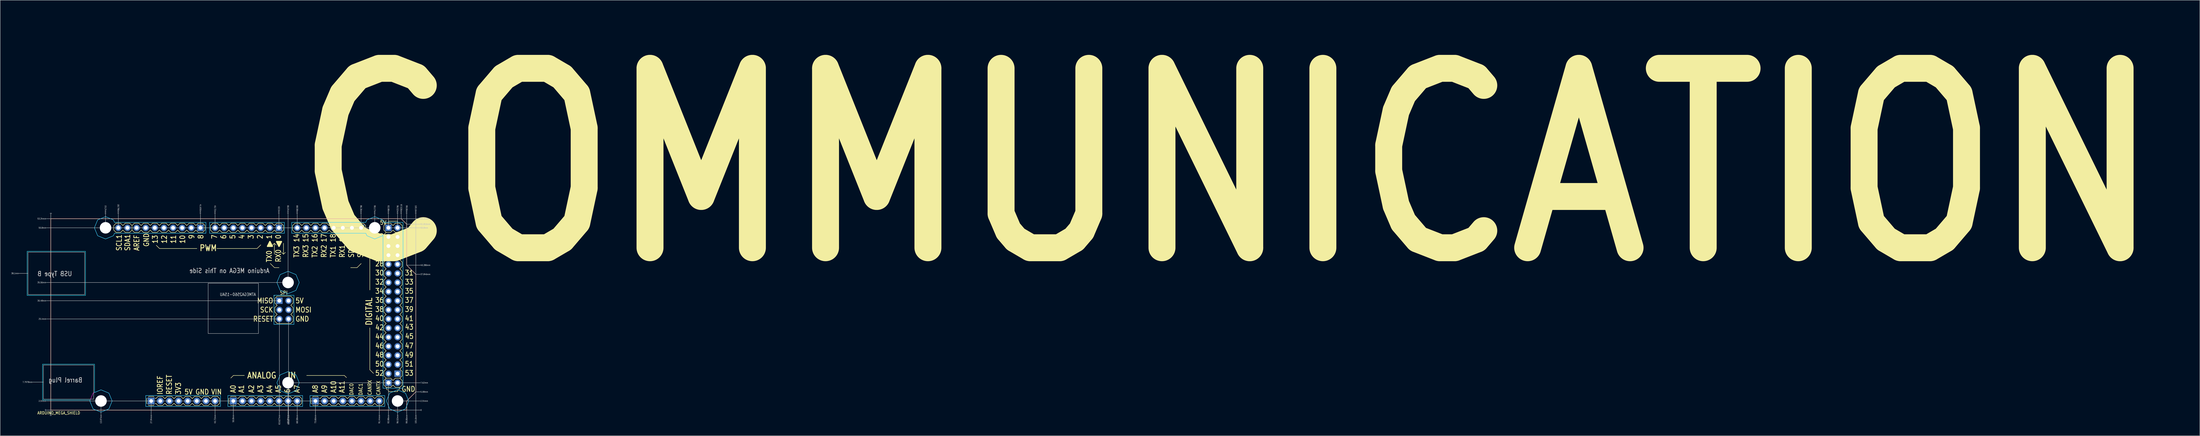
<source format=kicad_pcb>
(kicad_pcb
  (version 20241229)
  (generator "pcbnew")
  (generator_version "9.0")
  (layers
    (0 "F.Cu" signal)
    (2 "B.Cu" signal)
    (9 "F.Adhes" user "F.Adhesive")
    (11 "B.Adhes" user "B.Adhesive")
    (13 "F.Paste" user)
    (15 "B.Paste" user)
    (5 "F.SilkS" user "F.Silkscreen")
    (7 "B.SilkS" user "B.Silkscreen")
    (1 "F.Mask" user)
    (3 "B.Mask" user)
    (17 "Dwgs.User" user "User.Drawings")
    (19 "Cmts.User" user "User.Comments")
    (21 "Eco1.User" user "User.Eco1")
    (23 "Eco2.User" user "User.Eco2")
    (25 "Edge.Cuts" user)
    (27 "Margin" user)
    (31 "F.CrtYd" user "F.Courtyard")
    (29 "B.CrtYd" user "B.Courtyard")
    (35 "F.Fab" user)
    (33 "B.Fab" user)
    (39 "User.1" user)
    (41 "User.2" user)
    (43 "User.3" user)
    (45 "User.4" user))
  (footprint "ARDUINO_MEGA_SHIELD"
    (layer "F.Cu")
    (at 11.088 111.235)
    (property "Reference" "ARDUINO_MEGA_SHIELD" (at -3.81 1.27 0) (unlocked yes) (layer "F.SilkS") (effects (font (size 0.813 0.695) (thickness 0.122)) (justify left bottom)))
    (fp_circle (center 13.97 -2.54) (end 16.82 -2.54) (stroke (width 0) (type solid)) (fill yes) (layer "F.Mask"))
    (fp_circle (center 13.97 -2.54) (end 16.82 -2.54) (stroke (width 0) (type solid)) (fill yes) (layer "F.Mask"))
    (fp_circle (center 15.24 -50.8) (end 18.09 -50.8) (stroke (width 0) (type solid)) (fill yes) (layer "F.Mask"))
    (fp_circle (center 15.24 -50.8) (end 18.09 -50.8) (stroke (width 0) (type solid)) (fill yes) (layer "F.Mask"))
    (fp_circle (center 66.04 -35.56) (end 68.89 -35.56) (stroke (width 0) (type solid)) (fill yes) (layer "F.Mask"))
    (fp_circle (center 66.04 -35.56) (end 68.89 -35.56) (stroke (width 0) (type solid)) (fill yes) (layer "F.Mask"))
    (fp_circle (center 66.04 -7.62) (end 68.89 -7.62) (stroke (width 0) (type solid)) (fill yes) (layer "F.Mask"))
    (fp_circle (center 66.04 -7.62) (end 68.89 -7.62) (stroke (width 0) (type solid)) (fill yes) (layer "F.Mask"))
    (fp_circle (center 90.17 -50.8) (end 93.02 -50.8) (stroke (width 0) (type solid)) (fill yes) (layer "F.Mask"))
    (fp_circle (center 90.17 -50.8) (end 93.02 -50.8) (stroke (width 0) (type solid)) (fill yes) (layer "F.Mask"))
    (fp_circle (center 96.52 -2.54) (end 99.37 -2.54) (stroke (width 0) (type solid)) (fill yes) (layer "F.Mask"))
    (fp_circle (center 96.52 -2.54) (end 99.37 -2.54) (stroke (width 0) (type solid)) (fill yes) (layer "F.Mask"))
    (fp_circle (center 13.97 -2.54) (end 16.82 -2.54) (stroke (width 0) (type solid)) (fill yes) (layer "B.Mask"))
    (fp_circle (center 15.24 -50.8) (end 18.09 -50.8) (stroke (width 0) (type solid)) (fill yes) (layer "B.Mask"))
    (fp_circle (center 66.04 -35.56) (end 68.89 -35.56) (stroke (width 0) (type solid)) (fill yes) (layer "B.Mask"))
    (fp_circle (center 66.04 -7.62) (end 68.89 -7.62) (stroke (width 0) (type solid)) (fill yes) (layer "B.Mask"))
    (fp_circle (center 90.17 -50.8) (end 93.02 -50.8) (stroke (width 0) (type solid)) (fill yes) (layer "B.Mask"))
    (fp_circle (center 96.52 -2.54) (end 99.37 -2.54) (stroke (width 0) (type solid)) (fill yes) (layer "B.Mask"))
    (fp_line (start 0 -53.34) (end 97.536 -53.34) (stroke (width 0.127) (type solid)) (layer "F.SilkS"))
    (fp_line (start 0 0) (end 0 -53.34) (stroke (width 0.127) (type solid)) (layer "F.SilkS"))
    (fp_line (start 17.526 -51.435) (end 17.526 -50.165) (stroke (width 0.127) (type solid)) (layer "F.SilkS"))
    (fp_line (start 17.526 -50.165) (end 18.161 -49.53) (stroke (width 0.127) (type solid)) (layer "F.SilkS"))
    (fp_line (start 18.161 -52.07) (end 17.526 -51.435) (stroke (width 0.127) (type solid)) (layer "F.SilkS"))
    (fp_line (start 18.161 -49.53) (end 19.431 -49.53) (stroke (width 0.127) (type solid)) (layer "F.SilkS"))
    (fp_line (start 19.431 -52.07) (end 18.161 -52.07) (stroke (width 0.127) (type solid)) (layer "F.SilkS"))
    (fp_line (start 19.431 -49.53) (end 20.066 -50.165) (stroke (width 0.127) (type solid)) (layer "F.SilkS"))
    (fp_line (start 20.066 -51.435) (end 19.431 -52.07) (stroke (width 0.127) (type solid)) (layer "F.SilkS"))
    (fp_line (start 20.066 -50.165) (end 20.701 -49.53) (stroke (width 0.127) (type solid)) (layer "F.SilkS"))
    (fp_line (start 20.701 -52.07) (end 20.066 -51.435) (stroke (width 0.127) (type solid)) (layer "F.SilkS"))
    (fp_line (start 20.701 -49.53) (end 21.971 -49.53) (stroke (width 0.127) (type solid)) (layer "F.SilkS"))
    (fp_line (start 21.971 -52.07) (end 20.701 -52.07) (stroke (width 0.127) (type solid)) (layer "F.SilkS"))
    (fp_line (start 21.971 -49.53) (end 22.606 -50.165) (stroke (width 0.127) (type solid)) (layer "F.SilkS"))
    (fp_line (start 22.606 -51.435) (end 21.971 -52.07) (stroke (width 0.127) (type solid)) (layer "F.SilkS"))
    (fp_line (start 22.606 -51.435) (end 22.606 -50.165) (stroke (width 0.127) (type solid)) (layer "F.SilkS"))
    (fp_line (start 22.606 -50.165) (end 23.241 -49.53) (stroke (width 0.127) (type solid)) (layer "F.SilkS"))
    (fp_line (start 23.241 -52.07) (end 22.606 -51.435) (stroke (width 0.127) (type solid)) (layer "F.SilkS"))
    (fp_line (start 23.241 -49.53) (end 24.511 -49.53) (stroke (width 0.127) (type solid)) (layer "F.SilkS"))
    (fp_line (start 24.511 -52.07) (end 23.241 -52.07) (stroke (width 0.127) (type solid)) (layer "F.SilkS"))
    (fp_line (start 24.511 -49.53) (end 25.146 -50.165) (stroke (width 0.127) (type solid)) (layer "F.SilkS"))
    (fp_line (start 25.146 -51.435) (end 24.511 -52.07) (stroke (width 0.127) (type solid)) (layer "F.SilkS"))
    (fp_line (start 25.146 -50.165) (end 25.781 -49.53) (stroke (width 0.127) (type solid)) (layer "F.SilkS"))
    (fp_line (start 25.781 -52.07) (end 25.146 -51.435) (stroke (width 0.127) (type solid)) (layer "F.SilkS"))
    (fp_line (start 25.781 -49.53) (end 27.051 -49.53) (stroke (width 0.127) (type solid)) (layer "F.SilkS"))
    (fp_line (start 26.67 -3.175) (end 26.67 -1.905) (stroke (width 0.127) (type solid)) (layer "F.SilkS"))
    (fp_line (start 26.67 -1.905) (end 26.814 -1.761) (stroke (width 0.127) (type solid)) (layer "F.SilkS"))
    (fp_line (start 26.814 -3.319) (end 26.67 -3.175) (stroke (width 0.127) (type solid)) (layer "F.SilkS"))
    (fp_line (start 27.051 -52.07) (end 25.781 -52.07) (stroke (width 0.127) (type solid)) (layer "F.SilkS"))
    (fp_line (start 27.051 -49.53) (end 27.686 -50.165) (stroke (width 0.127) (type solid)) (layer "F.SilkS"))
    (fp_line (start 27.161 -1.414) (end 27.305 -1.27) (stroke (width 0.127) (type solid)) (layer "F.SilkS"))
    (fp_line (start 27.305 -3.81) (end 27.161 -3.666) (stroke (width 0.127) (type solid)) (layer "F.SilkS"))
    (fp_line (start 27.305 -3.81) (end 28.575 -3.81) (stroke (width 0.127) (type solid)) (layer "F.SilkS"))
    (fp_line (start 27.686 -51.435) (end 27.051 -52.07) (stroke (width 0.127) (type solid)) (layer "F.SilkS"))
    (fp_line (start 27.686 -50.165) (end 28.321 -49.53) (stroke (width 0.127) (type solid)) (layer "F.SilkS"))
    (fp_line (start 28.321 -52.07) (end 27.686 -51.435) (stroke (width 0.127) (type solid)) (layer "F.SilkS"))
    (fp_line (start 28.321 -49.53) (end 29.591 -49.53) (stroke (width 0.127) (type solid)) (layer "F.SilkS"))
    (fp_line (start 28.575 -3.81) (end 28.719 -3.666) (stroke (width 0.127) (type solid)) (layer "F.SilkS"))
    (fp_line (start 28.575 -1.27) (end 27.305 -1.27) (stroke (width 0.127) (type solid)) (layer "F.SilkS"))
    (fp_line (start 28.719 -1.414) (end 28.575 -1.27) (stroke (width 0.127) (type solid)) (layer "F.SilkS"))
    (fp_line (start 29.066 -3.319) (end 29.21 -3.175) (stroke (width 0.127) (type solid)) (layer "F.SilkS"))
    (fp_line (start 29.21 -3.175) (end 29.845 -3.81) (stroke (width 0.127) (type solid)) (layer "F.SilkS"))
    (fp_line (start 29.21 -1.905) (end 29.066 -1.761) (stroke (width 0.127) (type solid)) (layer "F.SilkS"))
    (fp_line (start 29.591 -52.07) (end 28.321 -52.07) (stroke (width 0.127) (type solid)) (layer "F.SilkS"))
    (fp_line (start 29.591 -49.53) (end 30.226 -50.165) (stroke (width 0.127) (type solid)) (layer "F.SilkS"))
    (fp_line (start 29.845 -3.81) (end 31.115 -3.81) (stroke (width 0.127) (type solid)) (layer "F.SilkS"))
    (fp_line (start 29.845 -1.27) (end 29.21 -1.905) (stroke (width 0.127) (type solid)) (layer "F.SilkS"))
    (fp_line (start 30.226 -51.435) (end 29.591 -52.07) (stroke (width 0.127) (type solid)) (layer "F.SilkS"))
    (fp_line (start 30.226 -50.165) (end 30.861 -49.53) (stroke (width 0.127) (type solid)) (layer "F.SilkS"))
    (fp_line (start 30.251 -45.034) (end 29.362 -45.923) (stroke (width 0.127) (type solid)) (layer "F.SilkS"))
    (fp_line (start 30.861 -52.07) (end 30.226 -51.435) (stroke (width 0.127) (type solid)) (layer "F.SilkS"))
    (fp_line (start 30.861 -49.53) (end 32.131 -49.53) (stroke (width 0.127) (type solid)) (layer "F.SilkS"))
    (fp_line (start 31.115 -3.81) (end 31.75 -3.175) (stroke (width 0.127) (type solid)) (layer "F.SilkS"))
    (fp_line (start 31.115 -1.27) (end 29.845 -1.27) (stroke (width 0.127) (type solid)) (layer "F.SilkS"))
    (fp_line (start 31.75 -3.175) (end 32.385 -3.81) (stroke (width 0.127) (type solid)) (layer "F.SilkS"))
    (fp_line (start 31.75 -1.905) (end 31.115 -1.27) (stroke (width 0.127) (type solid)) (layer "F.SilkS"))
    (fp_line (start 31.757 -1.918) (end 32.392 -1.283) (stroke (width 0.127) (type solid)) (layer "F.SilkS"))
    (fp_line (start 32.131 -52.07) (end 30.861 -52.07) (stroke (width 0.127) (type solid)) (layer "F.SilkS"))
    (fp_line (start 32.131 -49.53) (end 32.766 -50.165) (stroke (width 0.127) (type solid)) (layer "F.SilkS"))
    (fp_line (start 32.385 -1.27) (end 31.75 -1.905) (stroke (width 0.127) (type solid)) (layer "F.SilkS"))
    (fp_line (start 32.392 -3.823) (end 31.757 -3.188) (stroke (width 0.127) (type solid)) (layer "F.SilkS"))
    (fp_line (start 32.392 -3.823) (end 33.662 -3.823) (stroke (width 0.127) (type solid)) (layer "F.SilkS"))
    (fp_line (start 32.766 -51.435) (end 32.131 -52.07) (stroke (width 0.127) (type solid)) (layer "F.SilkS"))
    (fp_line (start 32.766 -50.165) (end 33.401 -49.53) (stroke (width 0.127) (type solid)) (layer "F.SilkS"))
    (fp_line (start 33.401 -52.07) (end 32.766 -51.435) (stroke (width 0.127) (type solid)) (layer "F.SilkS"))
    (fp_line (start 33.401 -49.53) (end 34.671 -49.53) (stroke (width 0.127) (type solid)) (layer "F.SilkS"))
    (fp_line (start 33.662 -3.823) (end 34.297 -3.188) (stroke (width 0.127) (type solid)) (layer "F.SilkS"))
    (fp_line (start 33.662 -1.283) (end 32.392 -1.283) (stroke (width 0.127) (type solid)) (layer "F.SilkS"))
    (fp_line (start 34.297 -3.188) (end 34.932 -3.823) (stroke (width 0.127) (type solid)) (layer "F.SilkS"))
    (fp_line (start 34.297 -1.918) (end 33.662 -1.283) (stroke (width 0.127) (type solid)) (layer "F.SilkS"))
    (fp_line (start 34.671 -52.07) (end 33.401 -52.07) (stroke (width 0.127) (type solid)) (layer "F.SilkS"))
    (fp_line (start 34.671 -49.53) (end 35.306 -50.165) (stroke (width 0.127) (type solid)) (layer "F.SilkS"))
    (fp_line (start 34.932 -3.823) (end 36.202 -3.823) (stroke (width 0.127) (type solid)) (layer "F.SilkS"))
    (fp_line (start 34.932 -1.283) (end 34.297 -1.918) (stroke (width 0.127) (type solid)) (layer "F.SilkS"))
    (fp_line (start 35.306 -51.435) (end 34.671 -52.07) (stroke (width 0.127) (type solid)) (layer "F.SilkS"))
    (fp_line (start 35.306 -50.165) (end 35.941 -49.53) (stroke (width 0.127) (type solid)) (layer "F.SilkS"))
    (fp_line (start 35.941 -52.07) (end 35.306 -51.435) (stroke (width 0.127) (type solid)) (layer "F.SilkS"))
    (fp_line (start 35.941 -49.53) (end 37.211 -49.53) (stroke (width 0.127) (type solid)) (layer "F.SilkS"))
    (fp_line (start 36.202 -3.823) (end 36.837 -3.188) (stroke (width 0.127) (type solid)) (layer "F.SilkS"))
    (fp_line (start 36.202 -1.283) (end 34.932 -1.283) (stroke (width 0.127) (type solid)) (layer "F.SilkS"))
    (fp_line (start 36.837 -3.188) (end 37.472 -3.823) (stroke (width 0.127) (type solid)) (layer "F.SilkS"))
    (fp_line (start 36.837 -1.918) (end 36.202 -1.283) (stroke (width 0.127) (type solid)) (layer "F.SilkS"))
    (fp_line (start 37.211 -52.07) (end 35.941 -52.07) (stroke (width 0.127) (type solid)) (layer "F.SilkS"))
    (fp_line (start 37.211 -49.53) (end 37.846 -50.165) (stroke (width 0.127) (type solid)) (layer "F.SilkS"))
    (fp_line (start 37.472 -3.823) (end 38.742 -3.823) (stroke (width 0.127) (type solid)) (layer "F.SilkS"))
    (fp_line (start 37.472 -1.283) (end 36.837 -1.918) (stroke (width 0.127) (type solid)) (layer "F.SilkS"))
    (fp_line (start 37.846 -51.435) (end 37.211 -52.07) (stroke (width 0.127) (type solid)) (layer "F.SilkS"))
    (fp_line (start 37.846 -50.165) (end 38.481 -49.53) (stroke (width 0.127) (type solid)) (layer "F.SilkS"))
    (fp_line (start 38.481 -52.07) (end 37.846 -51.435) (stroke (width 0.127) (type solid)) (layer "F.SilkS"))
    (fp_line (start 38.481 -49.53) (end 39.751 -49.53) (stroke (width 0.127) (type solid)) (layer "F.SilkS"))
    (fp_line (start 38.742 -3.823) (end 39.377 -3.188) (stroke (width 0.127) (type solid)) (layer "F.SilkS"))
    (fp_line (start 38.742 -1.283) (end 37.472 -1.283) (stroke (width 0.127) (type solid)) (layer "F.SilkS"))
    (fp_line (start 39.377 -1.918) (end 38.742 -1.283) (stroke (width 0.127) (type solid)) (layer "F.SilkS"))
    (fp_line (start 39.377 -1.918) (end 40.012 -1.283) (stroke (width 0.127) (type solid)) (layer "F.SilkS"))
    (fp_line (start 39.751 -52.07) (end 38.481 -52.07) (stroke (width 0.127) (type solid)) (layer "F.SilkS"))
    (fp_line (start 39.751 -49.53) (end 40.386 -50.165) (stroke (width 0.127) (type solid)) (layer "F.SilkS"))
    (fp_line (start 40.012 -3.823) (end 39.377 -3.188) (stroke (width 0.127) (type solid)) (layer "F.SilkS"))
    (fp_line (start 40.012 -3.823) (end 41.282 -3.823) (stroke (width 0.127) (type solid)) (layer "F.SilkS"))
    (fp_line (start 40.386 -51.435) (end 39.751 -52.07) (stroke (width 0.127) (type solid)) (layer "F.SilkS"))
    (fp_line (start 40.386 -50.165) (end 41.021 -49.53) (stroke (width 0.127) (type solid)) (layer "F.SilkS"))
    (fp_line (start 40.665 -45.034) (end 30.251 -45.034) (stroke (width 0.127) (type solid)) (layer "F.SilkS"))
    (fp_line (start 41.021 -52.07) (end 40.386 -51.435) (stroke (width 0.127) (type solid)) (layer "F.SilkS"))
    (fp_line (start 41.021 -49.53) (end 42.291 -49.53) (stroke (width 0.127) (type solid)) (layer "F.SilkS"))
    (fp_line (start 41.282 -3.823) (end 41.917 -3.188) (stroke (width 0.127) (type solid)) (layer "F.SilkS"))
    (fp_line (start 41.282 -1.283) (end 40.012 -1.283) (stroke (width 0.127) (type solid)) (layer "F.SilkS"))
    (fp_line (start 41.917 -3.188) (end 42.552 -3.823) (stroke (width 0.127) (type solid)) (layer "F.SilkS"))
    (fp_line (start 41.917 -1.918) (end 41.282 -1.283) (stroke (width 0.127) (type solid)) (layer "F.SilkS"))
    (fp_line (start 42.291 -52.07) (end 41.021 -52.07) (stroke (width 0.127) (type solid)) (layer "F.SilkS"))
    (fp_line (start 42.291 -49.53) (end 42.926 -50.165) (stroke (width 0.127) (type solid)) (layer "F.SilkS"))
    (fp_line (start 42.552 -3.823) (end 43.822 -3.823) (stroke (width 0.127) (type solid)) (layer "F.SilkS"))
    (fp_line (start 42.552 -1.283) (end 41.917 -1.918) (stroke (width 0.127) (type solid)) (layer "F.SilkS"))
    (fp_line (start 42.926 -51.435) (end 42.291 -52.07) (stroke (width 0.127) (type solid)) (layer "F.SilkS"))
    (fp_line (start 42.926 -50.165) (end 42.926 -51.435) (stroke (width 0.127) (type solid)) (layer "F.SilkS"))
    (fp_line (start 43.822 -3.823) (end 44.457 -3.188) (stroke (width 0.127) (type solid)) (layer "F.SilkS"))
    (fp_line (start 43.822 -1.283) (end 42.552 -1.283) (stroke (width 0.127) (type solid)) (layer "F.SilkS"))
    (fp_line (start 44.45 -51.435) (end 44.45 -50.165) (stroke (width 0.127) (type solid)) (layer "F.SilkS"))
    (fp_line (start 44.45 -50.165) (end 45.085 -49.53) (stroke (width 0.127) (type solid)) (layer "F.SilkS"))
    (fp_line (start 44.457 -3.188) (end 45.092 -3.823) (stroke (width 0.127) (type solid)) (layer "F.SilkS"))
    (fp_line (start 44.457 -1.918) (end 43.822 -1.283) (stroke (width 0.127) (type solid)) (layer "F.SilkS"))
    (fp_line (start 45.085 -52.07) (end 44.45 -51.435) (stroke (width 0.127) (type solid)) (layer "F.SilkS"))
    (fp_line (start 45.085 -49.53) (end 46.355 -49.53) (stroke (width 0.127) (type solid)) (layer "F.SilkS"))
    (fp_line (start 45.092 -3.823) (end 46.362 -3.823) (stroke (width 0.127) (type solid)) (layer "F.SilkS"))
    (fp_line (start 45.092 -1.283) (end 44.457 -1.918) (stroke (width 0.127) (type solid)) (layer "F.SilkS"))
    (fp_line (start 46.253 -45.034) (end 57.429 -45.034) (stroke (width 0.127) (type solid)) (layer "F.SilkS"))
    (fp_line (start 46.355 -52.07) (end 45.085 -52.07) (stroke (width 0.127) (type solid)) (layer "F.SilkS"))
    (fp_line (start 46.355 -49.53) (end 46.99 -50.165) (stroke (width 0.127) (type solid)) (layer "F.SilkS"))
    (fp_line (start 46.362 -3.823) (end 46.997 -3.188) (stroke (width 0.127) (type solid)) (layer "F.SilkS"))
    (fp_line (start 46.362 -1.283) (end 45.092 -1.283) (stroke (width 0.127) (type solid)) (layer "F.SilkS"))
    (fp_line (start 46.99 -51.435) (end 46.355 -52.07) (stroke (width 0.127) (type solid)) (layer "F.SilkS"))
    (fp_line (start 46.99 -50.165) (end 47.625 -49.53) (stroke (width 0.127) (type solid)) (layer "F.SilkS"))
    (fp_line (start 46.997 -3.188) (end 46.997 -1.918) (stroke (width 0.127) (type solid)) (layer "F.SilkS"))
    (fp_line (start 46.997 -1.918) (end 46.362 -1.283) (stroke (width 0.127) (type solid)) (layer "F.SilkS"))
    (fp_line (start 47.625 -52.07) (end 46.99 -51.435) (stroke (width 0.127) (type solid)) (layer "F.SilkS"))
    (fp_line (start 47.625 -49.53) (end 48.895 -49.53) (stroke (width 0.127) (type solid)) (layer "F.SilkS"))
    (fp_line (start 48.895 -52.07) (end 47.625 -52.07) (stroke (width 0.127) (type solid)) (layer "F.SilkS"))
    (fp_line (start 48.895 -49.53) (end 49.53 -50.165) (stroke (width 0.127) (type solid)) (layer "F.SilkS"))
    (fp_line (start 49.53 -51.435) (end 48.895 -52.07) (stroke (width 0.127) (type solid)) (layer "F.SilkS"))
    (fp_line (start 49.53 -50.165) (end 50.165 -49.53) (stroke (width 0.127) (type solid)) (layer "F.SilkS"))
    (fp_line (start 49.53 -3.188) (end 49.53 -1.918) (stroke (width 0.127) (type solid)) (layer "F.SilkS"))
    (fp_line (start 49.53 -1.918) (end 49.674 -1.774) (stroke (width 0.127) (type solid)) (layer "F.SilkS"))
    (fp_line (start 49.674 -3.332) (end 49.53 -3.188) (stroke (width 0.127) (type solid)) (layer "F.SilkS"))
    (fp_line (start 50.034 -1.414) (end 50.165 -1.283) (stroke (width 0.127) (type solid)) (layer "F.SilkS"))
    (fp_line (start 50.165 -52.07) (end 49.53 -51.435) (stroke (width 0.127) (type solid)) (layer "F.SilkS"))
    (fp_line (start 50.165 -49.53) (end 51.435 -49.53) (stroke (width 0.127) (type solid)) (layer "F.SilkS"))
    (fp_line (start 50.165 -3.823) (end 50.008 -3.666) (stroke (width 0.127) (type solid)) (layer "F.SilkS"))
    (fp_line (start 50.165 -3.823) (end 51.435 -3.823) (stroke (width 0.127) (type solid)) (layer "F.SilkS"))
    (fp_line (start 50.825 -9.652) (end 50.114 -8.941) (stroke (width 0.127) (type solid)) (layer "F.SilkS"))
    (fp_line (start 51.435 -52.07) (end 50.165 -52.07) (stroke (width 0.127) (type solid)) (layer "F.SilkS"))
    (fp_line (start 51.435 -49.53) (end 52.07 -50.165) (stroke (width 0.127) (type solid)) (layer "F.SilkS"))
    (fp_line (start 51.435 -3.823) (end 51.592 -3.666) (stroke (width 0.127) (type solid)) (layer "F.SilkS"))
    (fp_line (start 51.435 -1.283) (end 50.165 -1.283) (stroke (width 0.127) (type solid)) (layer "F.SilkS"))
    (fp_line (start 51.566 -1.414) (end 51.435 -1.283) (stroke (width 0.127) (type solid)) (layer "F.SilkS"))
    (fp_line (start 51.926 -3.332) (end 52.07 -3.188) (stroke (width 0.127) (type solid)) (layer "F.SilkS"))
    (fp_line (start 52.07 -51.435) (end 51.435 -52.07) (stroke (width 0.127) (type solid)) (layer "F.SilkS"))
    (fp_line (start 52.07 -50.165) (end 52.705 -49.53) (stroke (width 0.127) (type solid)) (layer "F.SilkS"))
    (fp_line (start 52.07 -3.188) (end 52.705 -3.823) (stroke (width 0.127) (type solid)) (layer "F.SilkS"))
    (fp_line (start 52.07 -1.918) (end 51.926 -1.774) (stroke (width 0.127) (type solid)) (layer "F.SilkS"))
    (fp_line (start 52.705 -52.07) (end 52.07 -51.435) (stroke (width 0.127) (type solid)) (layer "F.SilkS"))
    (fp_line (start 52.705 -49.53) (end 53.975 -49.53) (stroke (width 0.127) (type solid)) (layer "F.SilkS"))
    (fp_line (start 52.705 -3.823) (end 53.975 -3.823) (stroke (width 0.127) (type solid)) (layer "F.SilkS"))
    (fp_line (start 52.705 -1.283) (end 52.07 -1.918) (stroke (width 0.127) (type solid)) (layer "F.SilkS"))
    (fp_line (start 53.873 -9.652) (end 50.825 -9.652) (stroke (width 0.127) (type solid)) (layer "F.SilkS"))
    (fp_line (start 53.975 -52.07) (end 52.705 -52.07) (stroke (width 0.127) (type solid)) (layer "F.SilkS"))
    (fp_line (start 53.975 -49.53) (end 54.61 -50.165) (stroke (width 0.127) (type solid)) (layer "F.SilkS"))
    (fp_line (start 53.975 -3.823) (end 54.61 -3.188) (stroke (width 0.127) (type solid)) (layer "F.SilkS"))
    (fp_line (start 53.975 -1.283) (end 52.705 -1.283) (stroke (width 0.127) (type solid)) (layer "F.SilkS"))
    (fp_line (start 54.61 -51.435) (end 53.975 -52.07) (stroke (width 0.127) (type solid)) (layer "F.SilkS"))
    (fp_line (start 54.61 -50.165) (end 55.245 -49.53) (stroke (width 0.127) (type solid)) (layer "F.SilkS"))
    (fp_line (start 54.61 -3.188) (end 55.245 -3.823) (stroke (width 0.127) (type solid)) (layer "F.SilkS"))
    (fp_line (start 54.61 -1.918) (end 53.975 -1.283) (stroke (width 0.127) (type solid)) (layer "F.SilkS"))
    (fp_line (start 55.245 -52.07) (end 54.61 -51.435) (stroke (width 0.127) (type solid)) (layer "F.SilkS"))
    (fp_line (start 55.245 -49.53) (end 56.515 -49.53) (stroke (width 0.127) (type solid)) (layer "F.SilkS"))
    (fp_line (start 55.245 -3.823) (end 56.515 -3.823) (stroke (width 0.127) (type solid)) (layer "F.SilkS"))
    (fp_line (start 55.245 -1.283) (end 54.61 -1.918) (stroke (width 0.127) (type solid)) (layer "F.SilkS"))
    (fp_line (start 56.515 -52.07) (end 55.245 -52.07) (stroke (width 0.127) (type solid)) (layer "F.SilkS"))
    (fp_line (start 56.515 -49.53) (end 57.15 -50.165) (stroke (width 0.127) (type solid)) (layer "F.SilkS"))
    (fp_line (start 56.515 -3.823) (end 57.15 -3.188) (stroke (width 0.127) (type solid)) (layer "F.SilkS"))
    (fp_line (start 56.515 -1.283) (end 55.245 -1.283) (stroke (width 0.127) (type solid)) (layer "F.SilkS"))
    (fp_line (start 57.15 -51.435) (end 56.515 -52.07) (stroke (width 0.127) (type solid)) (layer "F.SilkS"))
    (fp_line (start 57.15 -50.165) (end 57.785 -49.53) (stroke (width 0.127) (type solid)) (layer "F.SilkS"))
    (fp_line (start 57.15 -1.918) (end 56.515 -1.283) (stroke (width 0.127) (type solid)) (layer "F.SilkS"))
    (fp_line (start 57.15 -1.918) (end 57.785 -1.283) (stroke (width 0.127) (type solid)) (layer "F.SilkS"))
    (fp_line (start 57.429 -45.034) (end 58.445 -46.05) (stroke (width 0.127) (type solid)) (layer "F.SilkS"))
    (fp_line (start 57.785 -52.07) (end 57.15 -51.435) (stroke (width 0.127) (type solid)) (layer "F.SilkS"))
    (fp_line (start 57.785 -49.53) (end 59.055 -49.53) (stroke (width 0.127) (type solid)) (layer "F.SilkS"))
    (fp_line (start 57.785 -3.823) (end 57.15 -3.188) (stroke (width 0.127) (type solid)) (layer "F.SilkS"))
    (fp_line (start 57.785 -3.823) (end 59.055 -3.823) (stroke (width 0.127) (type solid)) (layer "F.SilkS"))
    (fp_line (start 59.055 -52.07) (end 57.785 -52.07) (stroke (width 0.127) (type solid)) (layer "F.SilkS"))
    (fp_line (start 59.055 -49.53) (end 59.69 -50.165) (stroke (width 0.127) (type solid)) (layer "F.SilkS"))
    (fp_line (start 59.055 -3.823) (end 59.69 -3.188) (stroke (width 0.127) (type solid)) (layer "F.SilkS"))
    (fp_line (start 59.055 -1.283) (end 57.785 -1.283) (stroke (width 0.127) (type solid)) (layer "F.SilkS"))
    (fp_line (start 59.69 -51.435) (end 59.055 -52.07) (stroke (width 0.127) (type solid)) (layer "F.SilkS"))
    (fp_line (start 59.69 -50.165) (end 60.325 -49.53) (stroke (width 0.127) (type solid)) (layer "F.SilkS"))
    (fp_line (start 59.69 -3.188) (end 60.325 -3.823) (stroke (width 0.127) (type solid)) (layer "F.SilkS"))
    (fp_line (start 59.69 -1.918) (end 59.055 -1.283) (stroke (width 0.127) (type solid)) (layer "F.SilkS"))
    (fp_line (start 60.325 -52.07) (end 59.69 -51.435) (stroke (width 0.127) (type solid)) (layer "F.SilkS"))
    (fp_line (start 60.325 -49.53) (end 61.595 -49.53) (stroke (width 0.127) (type solid)) (layer "F.SilkS"))
    (fp_line (start 60.325 -3.823) (end 61.595 -3.823) (stroke (width 0.127) (type solid)) (layer "F.SilkS"))
    (fp_line (start 60.325 -1.283) (end 59.69 -1.918) (stroke (width 0.127) (type solid)) (layer "F.SilkS"))
    (fp_line (start 60.35 -45.669) (end 60.985 -46.939) (stroke (width 0.406) (type solid)) (layer "F.SilkS"))
    (fp_line (start 60.35 -45.669) (end 60.985 -46.304) (stroke (width 0.406) (type solid)) (layer "F.SilkS"))
    (fp_line (start 60.985 -46.939) (end 61.62 -45.669) (stroke (width 0.406) (type solid)) (layer "F.SilkS"))
    (fp_line (start 60.985 -46.304) (end 60.985 -45.669) (stroke (width 0.406) (type solid)) (layer "F.SilkS"))
    (fp_line (start 60.985 -45.669) (end 60.35 -45.669) (stroke (width 0.406) (type solid)) (layer "F.SilkS"))
    (fp_line (start 60.985 -45.669) (end 61.62 -45.669) (stroke (width 0.406) (type solid)) (layer "F.SilkS"))
    (fp_line (start 61.112 -40.843) (end 62.255 -39.7) (stroke (width 0.127) (type solid)) (layer "F.SilkS"))
    (fp_line (start 61.595 -52.07) (end 60.325 -52.07) (stroke (width 0.127) (type solid)) (layer "F.SilkS"))
    (fp_line (start 61.595 -49.53) (end 62.23 -50.165) (stroke (width 0.127) (type solid)) (layer "F.SilkS"))
    (fp_line (start 61.595 -3.823) (end 62.23 -3.188) (stroke (width 0.127) (type solid)) (layer "F.SilkS"))
    (fp_line (start 61.595 -1.283) (end 60.325 -1.283) (stroke (width 0.127) (type solid)) (layer "F.SilkS"))
    (fp_line (start 61.62 -45.669) (end 60.985 -46.304) (stroke (width 0.406) (type solid)) (layer "F.SilkS"))
    (fp_line (start 62.23 -51.435) (end 61.595 -52.07) (stroke (width 0.127) (type solid)) (layer "F.SilkS"))
    (fp_line (start 62.23 -50.165) (end 62.865 -49.53) (stroke (width 0.127) (type solid)) (layer "F.SilkS"))
    (fp_line (start 62.23 -46.482) (end 61.722 -45.974) (stroke (width 0.127) (type solid)) (layer "F.SilkS"))
    (fp_line (start 62.23 -46.482) (end 62.738 -45.974) (stroke (width 0.127) (type solid)) (layer "F.SilkS"))
    (fp_line (start 62.23 -43.434) (end 62.23 -46.482) (stroke (width 0.127) (type solid)) (layer "F.SilkS"))
    (fp_line (start 62.23 -3.188) (end 62.865 -3.823) (stroke (width 0.127) (type solid)) (layer "F.SilkS"))
    (fp_line (start 62.23 -1.918) (end 61.595 -1.283) (stroke (width 0.127) (type solid)) (layer "F.SilkS"))
    (fp_line (start 62.255 -39.7) (end 63.525 -39.7) (stroke (width 0.127) (type solid)) (layer "F.SilkS"))
    (fp_line (start 62.357 -31.115) (end 62.357 -29.845) (stroke (width 0.127) (type solid)) (layer "F.SilkS"))
    (fp_line (start 62.357 -29.845) (end 62.992 -29.21) (stroke (width 0.127) (type solid)) (layer "F.SilkS"))
    (fp_line (start 62.357 -28.575) (end 62.357 -27.305) (stroke (width 0.127) (type solid)) (layer "F.SilkS"))
    (fp_line (start 62.357 -27.305) (end 62.992 -26.67) (stroke (width 0.127) (type solid)) (layer "F.SilkS"))
    (fp_line (start 62.357 -26.035) (end 62.357 -24.765) (stroke (width 0.127) (type solid)) (layer "F.SilkS"))
    (fp_line (start 62.357 -24.765) (end 62.992 -24.13) (stroke (width 0.127) (type solid)) (layer "F.SilkS"))
    (fp_line (start 62.865 -52.07) (end 62.23 -51.435) (stroke (width 0.127) (type solid)) (layer "F.SilkS"))
    (fp_line (start 62.865 -49.53) (end 64.135 -49.53) (stroke (width 0.127) (type solid)) (layer "F.SilkS"))
    (fp_line (start 62.865 -3.823) (end 64.135 -3.823) (stroke (width 0.127) (type solid)) (layer "F.SilkS"))
    (fp_line (start 62.865 -1.283) (end 62.23 -1.918) (stroke (width 0.127) (type solid)) (layer "F.SilkS"))
    (fp_line (start 62.89 -46.939) (end 63.525 -46.939) (stroke (width 0.406) (type solid)) (layer "F.SilkS"))
    (fp_line (start 62.89 -46.939) (end 63.525 -46.304) (stroke (width 0.406) (type solid)) (layer "F.SilkS"))
    (fp_line (start 62.992 -31.75) (end 62.357 -31.115) (stroke (width 0.127) (type solid)) (layer "F.SilkS"))
    (fp_line (start 62.992 -29.21) (end 62.357 -28.575) (stroke (width 0.127) (type solid)) (layer "F.SilkS"))
    (fp_line (start 62.992 -26.67) (end 62.357 -26.035) (stroke (width 0.127) (type solid)) (layer "F.SilkS"))
    (fp_line (start 62.992 -24.13) (end 66.802 -24.13) (stroke (width 0.127) (type solid)) (layer "F.SilkS"))
    (fp_line (start 63.525 -46.939) (end 63.525 -46.304) (stroke (width 0.406) (type solid)) (layer "F.SilkS"))
    (fp_line (start 63.525 -46.304) (end 64.16 -46.939) (stroke (width 0.406) (type solid)) (layer "F.SilkS"))
    (fp_line (start 63.525 -45.669) (end 62.89 -46.939) (stroke (width 0.406) (type solid)) (layer "F.SilkS"))
    (fp_line (start 64.135 -52.07) (end 62.865 -52.07) (stroke (width 0.127) (type solid)) (layer "F.SilkS"))
    (fp_line (start 64.135 -49.53) (end 64.77 -50.165) (stroke (width 0.127) (type solid)) (layer "F.SilkS"))
    (fp_line (start 64.135 -3.823) (end 64.77 -3.188) (stroke (width 0.127) (type solid)) (layer "F.SilkS"))
    (fp_line (start 64.135 -1.283) (end 62.865 -1.283) (stroke (width 0.127) (type solid)) (layer "F.SilkS"))
    (fp_line (start 64.16 -46.939) (end 63.525 -46.939) (stroke (width 0.406) (type solid)) (layer "F.SilkS"))
    (fp_line (start 64.16 -46.939) (end 63.525 -45.669) (stroke (width 0.406) (type solid)) (layer "F.SilkS"))
    (fp_line (start 64.77 -51.435) (end 64.135 -52.07) (stroke (width 0.127) (type solid)) (layer "F.SilkS"))
    (fp_line (start 64.77 -50.165) (end 64.77 -51.435) (stroke (width 0.127) (type solid)) (layer "F.SilkS"))
    (fp_line (start 64.77 -46.482) (end 64.77 -43.434) (stroke (width 0.127) (type solid)) (layer "F.SilkS"))
    (fp_line (start 64.77 -43.434) (end 64.262 -43.942) (stroke (width 0.127) (type solid)) (layer "F.SilkS"))
    (fp_line (start 64.77 -43.434) (end 65.278 -43.942) (stroke (width 0.127) (type solid)) (layer "F.SilkS"))
    (fp_line (start 64.77 -1.918) (end 64.135 -1.283) (stroke (width 0.127) (type solid)) (layer "F.SilkS"))
    (fp_line (start 64.77 -1.918) (end 65.405 -1.283) (stroke (width 0.127) (type solid)) (layer "F.SilkS"))
    (fp_line (start 65.405 -3.823) (end 64.77 -3.188) (stroke (width 0.127) (type solid)) (layer "F.SilkS"))
    (fp_line (start 65.405 -3.823) (end 66.675 -3.823) (stroke (width 0.127) (type solid)) (layer "F.SilkS"))
    (fp_line (start 66.675 -3.823) (end 67.31 -3.188) (stroke (width 0.127) (type solid)) (layer "F.SilkS"))
    (fp_line (start 66.675 -1.283) (end 65.405 -1.283) (stroke (width 0.127) (type solid)) (layer "F.SilkS"))
    (fp_line (start 66.802 -31.75) (end 62.992 -31.75) (stroke (width 0.127) (type solid)) (layer "F.SilkS"))
    (fp_line (start 66.802 -29.21) (end 67.437 -29.845) (stroke (width 0.127) (type solid)) (layer "F.SilkS"))
    (fp_line (start 66.802 -26.67) (end 67.437 -27.305) (stroke (width 0.127) (type solid)) (layer "F.SilkS"))
    (fp_line (start 66.802 -24.13) (end 67.437 -24.765) (stroke (width 0.127) (type solid)) (layer "F.SilkS"))
    (fp_line (start 67.31 -51.435) (end 67.31 -50.165) (stroke (width 0.127) (type solid)) (layer "F.SilkS"))
    (fp_line (start 67.31 -50.165) (end 67.945 -49.53) (stroke (width 0.127) (type solid)) (layer "F.SilkS"))
    (fp_line (start 67.31 -1.918) (end 66.675 -1.283) (stroke (width 0.127) (type solid)) (layer "F.SilkS"))
    (fp_line (start 67.31 -1.918) (end 67.945 -1.283) (stroke (width 0.127) (type solid)) (layer "F.SilkS"))
    (fp_line (start 67.437 -31.115) (end 66.802 -31.75) (stroke (width 0.127) (type solid)) (layer "F.SilkS"))
    (fp_line (start 67.437 -29.845) (end 67.437 -31.115) (stroke (width 0.127) (type solid)) (layer "F.SilkS"))
    (fp_line (start 67.437 -28.575) (end 66.802 -29.21) (stroke (width 0.127) (type solid)) (layer "F.SilkS"))
    (fp_line (start 67.437 -27.305) (end 67.437 -28.575) (stroke (width 0.127) (type solid)) (layer "F.SilkS"))
    (fp_line (start 67.437 -26.035) (end 66.802 -26.67) (stroke (width 0.127) (type solid)) (layer "F.SilkS"))
    (fp_line (start 67.437 -24.765) (end 67.437 -26.035) (stroke (width 0.127) (type solid)) (layer "F.SilkS"))
    (fp_line (start 67.945 -52.07) (end 67.31 -51.435) (stroke (width 0.127) (type solid)) (layer "F.SilkS"))
    (fp_line (start 67.945 -49.53) (end 69.215 -49.53) (stroke (width 0.127) (type solid)) (layer "F.SilkS"))
    (fp_line (start 67.945 -3.823) (end 67.31 -3.188) (stroke (width 0.127) (type solid)) (layer "F.SilkS"))
    (fp_line (start 67.945 -3.823) (end 69.215 -3.823) (stroke (width 0.127) (type solid)) (layer "F.SilkS"))
    (fp_line (start 69.215 -52.07) (end 67.945 -52.07) (stroke (width 0.127) (type solid)) (layer "F.SilkS"))
    (fp_line (start 69.215 -49.53) (end 69.85 -50.165) (stroke (width 0.127) (type solid)) (layer "F.SilkS"))
    (fp_line (start 69.215 -3.823) (end 69.85 -3.188) (stroke (width 0.127) (type solid)) (layer "F.SilkS"))
    (fp_line (start 69.215 -1.283) (end 67.945 -1.283) (stroke (width 0.127) (type solid)) (layer "F.SilkS"))
    (fp_line (start 69.85 -51.435) (end 69.215 -52.07) (stroke (width 0.127) (type solid)) (layer "F.SilkS"))
    (fp_line (start 69.85 -50.165) (end 70.485 -49.53) (stroke (width 0.127) (type solid)) (layer "F.SilkS"))
    (fp_line (start 69.85 -3.188) (end 69.85 -1.918) (stroke (width 0.127) (type solid)) (layer "F.SilkS"))
    (fp_line (start 69.85 -1.918) (end 69.215 -1.283) (stroke (width 0.127) (type solid)) (layer "F.SilkS"))
    (fp_line (start 70.485 -52.07) (end 69.85 -51.435) (stroke (width 0.127) (type solid)) (layer "F.SilkS"))
    (fp_line (start 70.485 -49.53) (end 71.755 -49.53) (stroke (width 0.127) (type solid)) (layer "F.SilkS"))
    (fp_line (start 71.222 -9.652) (end 81.712 -9.652) (stroke (width 0.127) (type solid)) (layer "F.SilkS"))
    (fp_line (start 71.755 -52.07) (end 70.485 -52.07) (stroke (width 0.127) (type solid)) (layer "F.SilkS"))
    (fp_line (start 71.755 -49.53) (end 72.39 -50.165) (stroke (width 0.127) (type solid)) (layer "F.SilkS"))
    (fp_line (start 72.39 -51.435) (end 71.755 -52.07) (stroke (width 0.127) (type solid)) (layer "F.SilkS"))
    (fp_line (start 72.39 -50.165) (end 73.025 -49.53) (stroke (width 0.127) (type solid)) (layer "F.SilkS"))
    (fp_line (start 72.39 -3.188) (end 72.39 -1.918) (stroke (width 0.127) (type solid)) (layer "F.SilkS"))
    (fp_line (start 72.39 -1.918) (end 72.534 -1.774) (stroke (width 0.127) (type solid)) (layer "F.SilkS"))
    (fp_line (start 72.534 -3.332) (end 72.39 -3.188) (stroke (width 0.127) (type solid)) (layer "F.SilkS"))
    (fp_line (start 72.894 -1.414) (end 73.025 -1.283) (stroke (width 0.127) (type solid)) (layer "F.SilkS"))
    (fp_line (start 73.025 -52.07) (end 72.39 -51.435) (stroke (width 0.127) (type solid)) (layer "F.SilkS"))
    (fp_line (start 73.025 -49.53) (end 74.295 -49.53) (stroke (width 0.127) (type solid)) (layer "F.SilkS"))
    (fp_line (start 73.025 -3.823) (end 72.868 -3.666) (stroke (width 0.127) (type solid)) (layer "F.SilkS"))
    (fp_line (start 73.025 -3.823) (end 74.295 -3.823) (stroke (width 0.127) (type solid)) (layer "F.SilkS"))
    (fp_line (start 74.295 -52.07) (end 73.025 -52.07) (stroke (width 0.127) (type solid)) (layer "F.SilkS"))
    (fp_line (start 74.295 -49.53) (end 74.93 -50.165) (stroke (width 0.127) (type solid)) (layer "F.SilkS"))
    (fp_line (start 74.295 -3.823) (end 74.452 -3.666) (stroke (width 0.127) (type solid)) (layer "F.SilkS"))
    (fp_line (start 74.295 -1.283) (end 73.025 -1.283) (stroke (width 0.127) (type solid)) (layer "F.SilkS"))
    (fp_line (start 74.426 -1.414) (end 74.295 -1.283) (stroke (width 0.127) (type solid)) (layer "F.SilkS"))
    (fp_line (start 74.786 -3.332) (end 74.93 -3.188) (stroke (width 0.127) (type solid)) (layer "F.SilkS"))
    (fp_line (start 74.93 -51.435) (end 74.295 -52.07) (stroke (width 0.127) (type solid)) (layer "F.SilkS"))
    (fp_line (start 74.93 -50.165) (end 75.565 -49.53) (stroke (width 0.127) (type solid)) (layer "F.SilkS"))
    (fp_line (start 74.93 -3.188) (end 75.565 -3.823) (stroke (width 0.127) (type solid)) (layer "F.SilkS"))
    (fp_line (start 74.93 -1.918) (end 74.786 -1.774) (stroke (width 0.127) (type solid)) (layer "F.SilkS"))
    (fp_line (start 75.565 -52.07) (end 74.93 -51.435) (stroke (width 0.127) (type solid)) (layer "F.SilkS"))
    (fp_line (start 75.565 -49.53) (end 76.835 -49.53) (stroke (width 0.127) (type solid)) (layer "F.SilkS"))
    (fp_line (start 75.565 -3.823) (end 76.835 -3.823) (stroke (width 0.127) (type solid)) (layer "F.SilkS"))
    (fp_line (start 75.565 -1.283) (end 74.93 -1.918) (stroke (width 0.127) (type solid)) (layer "F.SilkS"))
    (fp_line (start 76.835 -52.07) (end 75.565 -52.07) (stroke (width 0.127) (type solid)) (layer "F.SilkS"))
    (fp_line (start 76.835 -49.53) (end 77.47 -50.165) (stroke (width 0.127) (type solid)) (layer "F.SilkS"))
    (fp_line (start 76.835 -3.823) (end 77.47 -3.188) (stroke (width 0.127) (type solid)) (layer "F.SilkS"))
    (fp_line (start 76.835 -1.283) (end 75.565 -1.283) (stroke (width 0.127) (type solid)) (layer "F.SilkS"))
    (fp_line (start 77.47 -51.435) (end 76.835 -52.07) (stroke (width 0.127) (type solid)) (layer "F.SilkS"))
    (fp_line (start 77.47 -50.165) (end 78.105 -49.53) (stroke (width 0.127) (type solid)) (layer "F.SilkS"))
    (fp_line (start 77.47 -3.188) (end 78.105 -3.823) (stroke (width 0.127) (type solid)) (layer "F.SilkS"))
    (fp_line (start 77.47 -1.918) (end 76.835 -1.283) (stroke (width 0.127) (type solid)) (layer "F.SilkS"))
    (fp_line (start 78.105 -52.07) (end 77.47 -51.435) (stroke (width 0.127) (type solid)) (layer "F.SilkS"))
    (fp_line (start 78.105 -49.53) (end 79.375 -49.53) (stroke (width 0.127) (type solid)) (layer "F.SilkS"))
    (fp_line (start 78.105 -3.823) (end 79.375 -3.823) (stroke (width 0.127) (type solid)) (layer "F.SilkS"))
    (fp_line (start 78.105 -1.283) (end 77.47 -1.918) (stroke (width 0.127) (type solid)) (layer "F.SilkS"))
    (fp_line (start 79.375 -52.07) (end 78.105 -52.07) (stroke (width 0.127) (type solid)) (layer "F.SilkS"))
    (fp_line (start 79.375 -49.53) (end 80.01 -50.165) (stroke (width 0.127) (type solid)) (layer "F.SilkS"))
    (fp_line (start 79.375 -3.823) (end 80.01 -3.188) (stroke (width 0.127) (type solid)) (layer "F.SilkS"))
    (fp_line (start 79.375 -1.283) (end 78.105 -1.283) (stroke (width 0.127) (type solid)) (layer "F.SilkS"))
    (fp_line (start 80.01 -51.435) (end 79.375 -52.07) (stroke (width 0.127) (type solid)) (layer "F.SilkS"))
    (fp_line (start 80.01 -50.165) (end 80.645 -49.53) (stroke (width 0.127) (type solid)) (layer "F.SilkS"))
    (fp_line (start 80.01 -1.918) (end 79.375 -1.283) (stroke (width 0.127) (type solid)) (layer "F.SilkS"))
    (fp_line (start 80.01 -1.918) (end 80.645 -1.283) (stroke (width 0.127) (type solid)) (layer "F.SilkS"))
    (fp_line (start 80.645 -52.07) (end 80.01 -51.435) (stroke (width 0.127) (type solid)) (layer "F.SilkS"))
    (fp_line (start 80.645 -49.53) (end 81.915 -49.53) (stroke (width 0.127) (type solid)) (layer "F.SilkS"))
    (fp_line (start 80.645 -3.823) (end 80.01 -3.188) (stroke (width 0.127) (type solid)) (layer "F.SilkS"))
    (fp_line (start 80.645 -3.823) (end 81.915 -3.823) (stroke (width 0.127) (type solid)) (layer "F.SilkS"))
    (fp_line (start 81.712 -9.652) (end 82.296 -9.068) (stroke (width 0.127) (type solid)) (layer "F.SilkS"))
    (fp_line (start 81.915 -52.07) (end 80.645 -52.07) (stroke (width 0.127) (type solid)) (layer "F.SilkS"))
    (fp_line (start 81.915 -49.53) (end 82.55 -50.165) (stroke (width 0.127) (type solid)) (layer "F.SilkS"))
    (fp_line (start 81.915 -3.823) (end 82.55 -3.188) (stroke (width 0.127) (type solid)) (layer "F.SilkS"))
    (fp_line (start 81.915 -1.283) (end 80.645 -1.283) (stroke (width 0.127) (type solid)) (layer "F.SilkS"))
    (fp_line (start 82.55 -51.435) (end 81.915 -52.07) (stroke (width 0.127) (type solid)) (layer "F.SilkS"))
    (fp_line (start 82.55 -50.165) (end 83.185 -49.53) (stroke (width 0.127) (type solid)) (layer "F.SilkS"))
    (fp_line (start 82.55 -3.188) (end 83.185 -3.823) (stroke (width 0.127) (type solid)) (layer "F.SilkS"))
    (fp_line (start 82.55 -1.918) (end 81.915 -1.283) (stroke (width 0.127) (type solid)) (layer "F.SilkS"))
    (fp_line (start 83.185 -52.07) (end 82.55 -51.435) (stroke (width 0.127) (type solid)) (layer "F.SilkS"))
    (fp_line (start 83.185 -49.53) (end 84.455 -49.53) (stroke (width 0.127) (type solid)) (layer "F.SilkS"))
    (fp_line (start 83.185 -3.823) (end 84.455 -3.823) (stroke (width 0.127) (type solid)) (layer "F.SilkS"))
    (fp_line (start 83.185 -1.283) (end 82.55 -1.918) (stroke (width 0.127) (type solid)) (layer "F.SilkS"))
    (fp_line (start 83.464 -39.7) (end 85.242 -39.7) (stroke (width 0.127) (type solid)) (layer "F.SilkS"))
    (fp_line (start 84.455 -52.07) (end 83.185 -52.07) (stroke (width 0.127) (type solid)) (layer "F.SilkS"))
    (fp_line (start 84.455 -49.53) (end 85.09 -50.165) (stroke (width 0.127) (type solid)) (layer "F.SilkS"))
    (fp_line (start 84.455 -3.823) (end 85.09 -3.188) (stroke (width 0.127) (type solid)) (layer "F.SilkS"))
    (fp_line (start 84.455 -1.283) (end 83.185 -1.283) (stroke (width 0.127) (type solid)) (layer "F.SilkS"))
    (fp_line (start 85.09 -51.435) (end 84.455 -52.07) (stroke (width 0.127) (type solid)) (layer "F.SilkS"))
    (fp_line (start 85.09 -50.165) (end 85.725 -49.53) (stroke (width 0.127) (type solid)) (layer "F.SilkS"))
    (fp_line (start 85.09 -3.188) (end 85.725 -3.823) (stroke (width 0.127) (type solid)) (layer "F.SilkS"))
    (fp_line (start 85.09 -1.918) (end 84.455 -1.283) (stroke (width 0.127) (type solid)) (layer "F.SilkS"))
    (fp_line (start 85.242 -39.7) (end 86.385 -40.843) (stroke (width 0.127) (type solid)) (layer "F.SilkS"))
    (fp_line (start 85.725 -52.07) (end 85.09 -51.435) (stroke (width 0.127) (type solid)) (layer "F.SilkS"))
    (fp_line (start 85.725 -49.53) (end 86.995 -49.53) (stroke (width 0.127) (type solid)) (layer "F.SilkS"))
    (fp_line (start 85.725 -3.823) (end 86.995 -3.823) (stroke (width 0.127) (type solid)) (layer "F.SilkS"))
    (fp_line (start 85.725 -1.283) (end 85.09 -1.918) (stroke (width 0.127) (type solid)) (layer "F.SilkS"))
    (fp_line (start 86.995 -52.07) (end 85.725 -52.07) (stroke (width 0.127) (type solid)) (layer "F.SilkS"))
    (fp_line (start 86.995 -49.53) (end 87.63 -50.165) (stroke (width 0.127) (type solid)) (layer "F.SilkS"))
    (fp_line (start 86.995 -3.823) (end 87.63 -3.188) (stroke (width 0.127) (type solid)) (layer "F.SilkS"))
    (fp_line (start 86.995 -1.283) (end 85.725 -1.283) (stroke (width 0.127) (type solid)) (layer "F.SilkS"))
    (fp_line (start 87.63 -51.435) (end 86.995 -52.07) (stroke (width 0.127) (type solid)) (layer "F.SilkS"))
    (fp_line (start 87.63 -50.165) (end 87.63 -51.435) (stroke (width 0.127) (type solid)) (layer "F.SilkS"))
    (fp_line (start 87.63 -1.918) (end 86.995 -1.283) (stroke (width 0.127) (type solid)) (layer "F.SilkS"))
    (fp_line (start 87.63 -1.918) (end 88.265 -1.283) (stroke (width 0.127) (type solid)) (layer "F.SilkS"))
    (fp_line (start 88.265 -3.823) (end 87.63 -3.188) (stroke (width 0.127) (type solid)) (layer "F.SilkS"))
    (fp_line (start 88.265 -3.823) (end 89.535 -3.823) (stroke (width 0.127) (type solid)) (layer "F.SilkS"))
    (fp_line (start 88.798 -47.193) (end 89.814 -48.209) (stroke (width 0.127) (type solid)) (layer "F.SilkS"))
    (fp_line (start 88.798 -33.477) (end 88.798 -47.193) (stroke (width 0.127) (type solid)) (layer "F.SilkS"))
    (fp_line (start 88.798 -22.936) (end 88.798 -11.252) (stroke (width 0.127) (type solid)) (layer "F.SilkS"))
    (fp_line (start 88.798 -11.252) (end 89.814 -10.236) (stroke (width 0.127) (type solid)) (layer "F.SilkS"))
    (fp_line (start 89.535 -3.823) (end 90.17 -3.188) (stroke (width 0.127) (type solid)) (layer "F.SilkS"))
    (fp_line (start 89.535 -1.283) (end 88.265 -1.283) (stroke (width 0.127) (type solid)) (layer "F.SilkS"))
    (fp_line (start 90.17 -1.918) (end 89.535 -1.283) (stroke (width 0.127) (type solid)) (layer "F.SilkS"))
    (fp_line (start 90.17 -1.918) (end 90.805 -1.283) (stroke (width 0.127) (type solid)) (layer "F.SilkS"))
    (fp_line (start 90.805 -3.823) (end 90.17 -3.188) (stroke (width 0.127) (type solid)) (layer "F.SilkS"))
    (fp_line (start 90.805 -3.823) (end 92.075 -3.823) (stroke (width 0.127) (type solid)) (layer "F.SilkS"))
    (fp_line (start 92.075 -3.823) (end 92.71 -3.188) (stroke (width 0.127) (type solid)) (layer "F.SilkS"))
    (fp_line (start 92.075 -1.283) (end 90.805 -1.283) (stroke (width 0.127) (type solid)) (layer "F.SilkS"))
    (fp_line (start 92.71 -51.435) (end 92.71 -50.165) (stroke (width 0.127) (type solid)) (layer "F.SilkS"))
    (fp_line (start 92.71 -50.165) (end 93.345 -49.53) (stroke (width 0.127) (type solid)) (layer "F.SilkS"))
    (fp_line (start 92.71 -48.895) (end 92.71 -47.625) (stroke (width 0.127) (type solid)) (layer "F.SilkS"))
    (fp_line (start 92.71 -47.625) (end 93.345 -46.99) (stroke (width 0.127) (type solid)) (layer "F.SilkS"))
    (fp_line (start 92.71 -46.355) (end 92.71 -45.085) (stroke (width 0.127) (type solid)) (layer "F.SilkS"))
    (fp_line (start 92.71 -45.085) (end 93.345 -44.45) (stroke (width 0.127) (type solid)) (layer "F.SilkS"))
    (fp_line (start 92.71 -43.815) (end 92.71 -42.545) (stroke (width 0.127) (type solid)) (layer "F.SilkS"))
    (fp_line (start 92.71 -42.545) (end 93.345 -41.91) (stroke (width 0.127) (type solid)) (layer "F.SilkS"))
    (fp_line (start 92.71 -41.275) (end 92.71 -40.005) (stroke (width 0.127) (type solid)) (layer "F.SilkS"))
    (fp_line (start 92.71 -40.005) (end 93.345 -39.37) (stroke (width 0.127) (type solid)) (layer "F.SilkS"))
    (fp_line (start 92.71 -38.735) (end 92.71 -37.465) (stroke (width 0.127) (type solid)) (layer "F.SilkS"))
    (fp_line (start 92.71 -37.465) (end 93.345 -36.83) (stroke (width 0.127) (type solid)) (layer "F.SilkS"))
    (fp_line (start 92.71 -36.195) (end 92.71 -34.925) (stroke (width 0.127) (type solid)) (layer "F.SilkS"))
    (fp_line (start 92.71 -34.925) (end 93.345 -34.29) (stroke (width 0.127) (type solid)) (layer "F.SilkS"))
    (fp_line (start 92.71 -33.655) (end 92.71 -32.385) (stroke (width 0.127) (type solid)) (layer "F.SilkS"))
    (fp_line (start 92.71 -32.385) (end 93.345 -31.75) (stroke (width 0.127) (type solid)) (layer "F.SilkS"))
    (fp_line (start 92.71 -31.115) (end 92.71 -29.845) (stroke (width 0.127) (type solid)) (layer "F.SilkS"))
    (fp_line (start 92.71 -29.845) (end 93.345 -29.21) (stroke (width 0.127) (type solid)) (layer "F.SilkS"))
    (fp_line (start 92.71 -28.575) (end 92.71 -27.305) (stroke (width 0.127) (type solid)) (layer "F.SilkS"))
    (fp_line (start 92.71 -27.305) (end 93.345 -26.67) (stroke (width 0.127) (type solid)) (layer "F.SilkS"))
    (fp_line (start 92.71 -26.035) (end 92.71 -24.765) (stroke (width 0.127) (type solid)) (layer "F.SilkS"))
    (fp_line (start 92.71 -24.765) (end 93.345 -24.13) (stroke (width 0.127) (type solid)) (layer "F.SilkS"))
    (fp_line (start 92.71 -23.495) (end 92.71 -22.225) (stroke (width 0.127) (type solid)) (layer "F.SilkS"))
    (fp_line (start 92.71 -22.225) (end 93.345 -21.59) (stroke (width 0.127) (type solid)) (layer "F.SilkS"))
    (fp_line (start 92.71 -20.955) (end 92.71 -19.685) (stroke (width 0.127) (type solid)) (layer "F.SilkS"))
    (fp_line (start 92.71 -19.685) (end 93.345 -19.05) (stroke (width 0.127) (type solid)) (layer "F.SilkS"))
    (fp_line (start 92.71 -18.415) (end 92.71 -17.145) (stroke (width 0.127) (type solid)) (layer "F.SilkS"))
    (fp_line (start 92.71 -17.145) (end 93.345 -16.51) (stroke (width 0.127) (type solid)) (layer "F.SilkS"))
    (fp_line (start 92.71 -15.875) (end 92.71 -14.605) (stroke (width 0.127) (type solid)) (layer "F.SilkS"))
    (fp_line (start 92.71 -14.605) (end 93.345 -13.97) (stroke (width 0.127) (type solid)) (layer "F.SilkS"))
    (fp_line (start 92.71 -13.335) (end 92.71 -12.065) (stroke (width 0.127) (type solid)) (layer "F.SilkS"))
    (fp_line (start 92.71 -12.065) (end 93.345 -11.43) (stroke (width 0.127) (type solid)) (layer "F.SilkS"))
    (fp_line (start 92.71 -10.795) (end 92.71 -9.525) (stroke (width 0.127) (type solid)) (layer "F.SilkS"))
    (fp_line (start 92.71 -9.525) (end 93.345 -8.89) (stroke (width 0.127) (type solid)) (layer "F.SilkS"))
    (fp_line (start 92.71 -8.255) (end 92.71 -6.985) (stroke (width 0.127) (type solid)) (layer "F.SilkS"))
    (fp_line (start 92.71 -6.985) (end 93.345 -6.35) (stroke (width 0.127) (type solid)) (layer "F.SilkS"))
    (fp_line (start 92.71 -3.188) (end 92.71 -1.918) (stroke (width 0.127) (type solid)) (layer "F.SilkS"))
    (fp_line (start 92.71 -1.918) (end 92.075 -1.283) (stroke (width 0.127) (type solid)) (layer "F.SilkS"))
    (fp_line (start 93.345 -52.07) (end 92.71 -51.435) (stroke (width 0.127) (type solid)) (layer "F.SilkS"))
    (fp_line (start 93.345 -49.53) (end 92.71 -48.895) (stroke (width 0.127) (type solid)) (layer "F.SilkS"))
    (fp_line (start 93.345 -49.53) (end 94.615 -49.53) (stroke (width 0.127) (type solid)) (layer "F.SilkS"))
    (fp_line (start 93.345 -46.99) (end 92.71 -46.355) (stroke (width 0.127) (type solid)) (layer "F.SilkS"))
    (fp_line (start 93.345 -44.45) (end 92.71 -43.815) (stroke (width 0.127) (type solid)) (layer "F.SilkS"))
    (fp_line (start 93.345 -41.91) (end 92.71 -41.275) (stroke (width 0.127) (type solid)) (layer "F.SilkS"))
    (fp_line (start 93.345 -39.37) (end 92.71 -38.735) (stroke (width 0.127) (type solid)) (layer "F.SilkS"))
    (fp_line (start 93.345 -36.83) (end 92.71 -36.195) (stroke (width 0.127) (type solid)) (layer "F.SilkS"))
    (fp_line (start 93.345 -34.29) (end 92.71 -33.655) (stroke (width 0.127) (type solid)) (layer "F.SilkS"))
    (fp_line (start 93.345 -31.75) (end 92.71 -31.115) (stroke (width 0.127) (type solid)) (layer "F.SilkS"))
    (fp_line (start 93.345 -29.21) (end 92.71 -28.575) (stroke (width 0.127) (type solid)) (layer "F.SilkS"))
    (fp_line (start 93.345 -26.67) (end 92.71 -26.035) (stroke (width 0.127) (type solid)) (layer "F.SilkS"))
    (fp_line (start 93.345 -24.13) (end 92.71 -23.495) (stroke (width 0.127) (type solid)) (layer "F.SilkS"))
    (fp_line (start 93.345 -21.59) (end 92.71 -20.955) (stroke (width 0.127) (type solid)) (layer "F.SilkS"))
    (fp_line (start 93.345 -19.05) (end 92.71 -18.415) (stroke (width 0.127) (type solid)) (layer "F.SilkS"))
    (fp_line (start 93.345 -16.51) (end 92.71 -15.875) (stroke (width 0.127) (type solid)) (layer "F.SilkS"))
    (fp_line (start 93.345 -13.97) (end 92.71 -13.335) (stroke (width 0.127) (type solid)) (layer "F.SilkS"))
    (fp_line (start 93.345 -11.43) (end 92.71 -10.795) (stroke (width 0.127) (type solid)) (layer "F.SilkS"))
    (fp_line (start 93.345 -8.89) (end 92.71 -8.255) (stroke (width 0.127) (type solid)) (layer "F.SilkS"))
    (fp_line (start 93.345 -6.35) (end 94.615 -6.35) (stroke (width 0.127) (type solid)) (layer "F.SilkS"))
    (fp_line (start 93.472 -6.35) (end 93.472 -5.842) (stroke (width 0.127) (type solid)) (layer "F.SilkS"))
    (fp_line (start 93.472 -5.842) (end 93.726 -5.588) (stroke (width 0.127) (type solid)) (layer "F.SilkS"))
    (fp_line (start 94.005 -52.654) (end 96.545 -52.654) (stroke (width 0.127) (type solid)) (layer "F.SilkS"))
    (fp_line (start 94.005 -52.019) (end 94.005 -52.654) (stroke (width 0.127) (type solid)) (layer "F.SilkS"))
    (fp_line (start 94.005 -5.664) (end 94.005 -5.156) (stroke (width 0.127) (type solid)) (layer "F.SilkS"))
    (fp_line (start 94.005 -5.156) (end 96.545 -5.156) (stroke (width 0.127) (type solid)) (layer "F.SilkS"))
    (fp_line (start 94.615 -52.07) (end 93.345 -52.07) (stroke (width 0.127) (type solid)) (layer "F.SilkS"))
    (fp_line (start 94.615 -49.53) (end 95.25 -50.165) (stroke (width 0.127) (type solid)) (layer "F.SilkS"))
    (fp_line (start 94.615 -8.89) (end 93.345 -8.89) (stroke (width 0.127) (type solid)) (layer "F.SilkS"))
    (fp_line (start 94.615 -6.35) (end 95.25 -6.985) (stroke (width 0.127) (type solid)) (layer "F.SilkS"))
    (fp_line (start 95.25 -51.435) (end 94.615 -52.07) (stroke (width 0.127) (type solid)) (layer "F.SilkS"))
    (fp_line (start 95.25 -50.165) (end 95.885 -49.53) (stroke (width 0.127) (type solid)) (layer "F.SilkS"))
    (fp_line (start 95.25 -8.255) (end 94.615 -8.89) (stroke (width 0.127) (type solid)) (layer "F.SilkS"))
    (fp_line (start 95.25 -6.985) (end 95.885 -6.35) (stroke (width 0.127) (type solid)) (layer "F.SilkS"))
    (fp_line (start 95.885 -52.07) (end 95.25 -51.435) (stroke (width 0.127) (type solid)) (layer "F.SilkS"))
    (fp_line (start 95.885 -49.53) (end 97.155 -49.53) (stroke (width 0.127) (type solid)) (layer "F.SilkS"))
    (fp_line (start 95.885 -8.89) (end 95.25 -8.255) (stroke (width 0.127) (type solid)) (layer "F.SilkS"))
    (fp_line (start 95.885 -6.35) (end 97.155 -6.35) (stroke (width 0.127) (type solid)) (layer "F.SilkS"))
    (fp_line (start 96.545 -52.654) (end 96.545 -52.019) (stroke (width 0.127) (type solid)) (layer "F.SilkS"))
    (fp_line (start 96.545 -5.156) (end 96.545 -5.664) (stroke (width 0.127) (type solid)) (layer "F.SilkS"))
    (fp_line (start 97.028 -6.35) (end 97.028 -5.842) (stroke (width 0.127) (type solid)) (layer "F.SilkS"))
    (fp_line (start 97.028 -5.842) (end 96.774 -5.588) (stroke (width 0.127) (type solid)) (layer "F.SilkS"))
    (fp_line (start 97.155 -52.07) (end 95.885 -52.07) (stroke (width 0.127) (type solid)) (layer "F.SilkS"))
    (fp_line (start 97.155 -49.53) (end 97.79 -50.165) (stroke (width 0.127) (type solid)) (layer "F.SilkS"))
    (fp_line (start 97.155 -46.99) (end 97.79 -47.625) (stroke (width 0.127) (type solid)) (layer "F.SilkS"))
    (fp_line (start 97.155 -44.45) (end 97.79 -45.085) (stroke (width 0.127) (type solid)) (layer "F.SilkS"))
    (fp_line (start 97.155 -41.91) (end 97.79 -42.545) (stroke (width 0.127) (type solid)) (layer "F.SilkS"))
    (fp_line (start 97.155 -39.37) (end 97.79 -40.005) (stroke (width 0.127) (type solid)) (layer "F.SilkS"))
    (fp_line (start 97.155 -36.83) (end 97.79 -37.465) (stroke (width 0.127) (type solid)) (layer "F.SilkS"))
    (fp_line (start 97.155 -34.29) (end 97.79 -34.925) (stroke (width 0.127) (type solid)) (layer "F.SilkS"))
    (fp_line (start 97.155 -31.75) (end 97.79 -32.385) (stroke (width 0.127) (type solid)) (layer "F.SilkS"))
    (fp_line (start 97.155 -29.21) (end 97.79 -29.845) (stroke (width 0.127) (type solid)) (layer "F.SilkS"))
    (fp_line (start 97.155 -26.67) (end 97.79 -27.305) (stroke (width 0.127) (type solid)) (layer "F.SilkS"))
    (fp_line (start 97.155 -24.13) (end 97.79 -24.765) (stroke (width 0.127) (type solid)) (layer "F.SilkS"))
    (fp_line (start 97.155 -21.59) (end 97.79 -22.225) (stroke (width 0.127) (type solid)) (layer "F.SilkS"))
    (fp_line (start 97.155 -19.05) (end 97.79 -19.685) (stroke (width 0.127) (type solid)) (layer "F.SilkS"))
    (fp_line (start 97.155 -16.51) (end 97.79 -17.145) (stroke (width 0.127) (type solid)) (layer "F.SilkS"))
    (fp_line (start 97.155 -13.97) (end 97.79 -14.605) (stroke (width 0.127) (type solid)) (layer "F.SilkS"))
    (fp_line (start 97.155 -11.43) (end 97.79 -12.065) (stroke (width 0.127) (type solid)) (layer "F.SilkS"))
    (fp_line (start 97.155 -8.89) (end 95.885 -8.89) (stroke (width 0.127) (type solid)) (layer "F.SilkS"))
    (fp_line (start 97.155 -8.89) (end 97.79 -9.525) (stroke (width 0.127) (type solid)) (layer "F.SilkS"))
    (fp_line (start 97.155 -6.35) (end 97.79 -6.985) (stroke (width 0.127) (type solid)) (layer "F.SilkS"))
    (fp_line (start 97.536 -53.34) (end 99.06 -51.816) (stroke (width 0.127) (type solid)) (layer "F.SilkS"))
    (fp_line (start 97.79 -51.435) (end 97.155 -52.07) (stroke (width 0.127) (type solid)) (layer "F.SilkS"))
    (fp_line (start 97.79 -50.165) (end 97.79 -51.435) (stroke (width 0.127) (type solid)) (layer "F.SilkS"))
    (fp_line (start 97.79 -48.895) (end 97.155 -49.53) (stroke (width 0.127) (type solid)) (layer "F.SilkS"))
    (fp_line (start 97.79 -47.625) (end 97.79 -48.895) (stroke (width 0.127) (type solid)) (layer "F.SilkS"))
    (fp_line (start 97.79 -46.355) (end 97.155 -46.99) (stroke (width 0.127) (type solid)) (layer "F.SilkS"))
    (fp_line (start 97.79 -45.085) (end 97.79 -46.355) (stroke (width 0.127) (type solid)) (layer "F.SilkS"))
    (fp_line (start 97.79 -43.815) (end 97.155 -44.45) (stroke (width 0.127) (type solid)) (layer "F.SilkS"))
    (fp_line (start 97.79 -42.545) (end 97.79 -43.815) (stroke (width 0.127) (type solid)) (layer "F.SilkS"))
    (fp_line (start 97.79 -41.275) (end 97.155 -41.91) (stroke (width 0.127) (type solid)) (layer "F.SilkS"))
    (fp_line (start 97.79 -40.005) (end 97.79 -41.275) (stroke (width 0.127) (type solid)) (layer "F.SilkS"))
    (fp_line (start 97.79 -38.735) (end 97.155 -39.37) (stroke (width 0.127) (type solid)) (layer "F.SilkS"))
    (fp_line (start 97.79 -37.465) (end 97.79 -38.735) (stroke (width 0.127) (type solid)) (layer "F.SilkS"))
    (fp_line (start 97.79 -36.195) (end 97.155 -36.83) (stroke (width 0.127) (type solid)) (layer "F.SilkS"))
    (fp_line (start 97.79 -34.925) (end 97.79 -36.195) (stroke (width 0.127) (type solid)) (layer "F.SilkS"))
    (fp_line (start 97.79 -33.655) (end 97.155 -34.29) (stroke (width 0.127) (type solid)) (layer "F.SilkS"))
    (fp_line (start 97.79 -32.385) (end 97.79 -33.655) (stroke (width 0.127) (type solid)) (layer "F.SilkS"))
    (fp_line (start 97.79 -31.115) (end 97.155 -31.75) (stroke (width 0.127) (type solid)) (layer "F.SilkS"))
    (fp_line (start 97.79 -29.845) (end 97.79 -31.115) (stroke (width 0.127) (type solid)) (layer "F.SilkS"))
    (fp_line (start 97.79 -28.575) (end 97.155 -29.21) (stroke (width 0.127) (type solid)) (layer "F.SilkS"))
    (fp_line (start 97.79 -27.305) (end 97.79 -28.575) (stroke (width 0.127) (type solid)) (layer "F.SilkS"))
    (fp_line (start 97.79 -26.035) (end 97.155 -26.67) (stroke (width 0.127) (type solid)) (layer "F.SilkS"))
    (fp_line (start 97.79 -24.765) (end 97.79 -26.035) (stroke (width 0.127) (type solid)) (layer "F.SilkS"))
    (fp_line (start 97.79 -23.495) (end 97.155 -24.13) (stroke (width 0.127) (type solid)) (layer "F.SilkS"))
    (fp_line (start 97.79 -22.225) (end 97.79 -23.495) (stroke (width 0.127) (type solid)) (layer "F.SilkS"))
    (fp_line (start 97.79 -20.955) (end 97.155 -21.59) (stroke (width 0.127) (type solid)) (layer "F.SilkS"))
    (fp_line (start 97.79 -19.685) (end 97.79 -20.955) (stroke (width 0.127) (type solid)) (layer "F.SilkS"))
    (fp_line (start 97.79 -18.415) (end 97.155 -19.05) (stroke (width 0.127) (type solid)) (layer "F.SilkS"))
    (fp_line (start 97.79 -17.145) (end 97.79 -18.415) (stroke (width 0.127) (type solid)) (layer "F.SilkS"))
    (fp_line (start 97.79 -15.875) (end 97.155 -16.51) (stroke (width 0.127) (type solid)) (layer "F.SilkS"))
    (fp_line (start 97.79 -14.605) (end 97.79 -15.875) (stroke (width 0.127) (type solid)) (layer "F.SilkS"))
    (fp_line (start 97.79 -13.335) (end 97.155 -13.97) (stroke (width 0.127) (type solid)) (layer "F.SilkS"))
    (fp_line (start 97.79 -12.065) (end 97.79 -13.335) (stroke (width 0.127) (type solid)) (layer "F.SilkS"))
    (fp_line (start 97.79 -10.795) (end 97.155 -11.43) (stroke (width 0.127) (type solid)) (layer "F.SilkS"))
    (fp_line (start 97.79 -9.525) (end 97.79 -10.795) (stroke (width 0.127) (type solid)) (layer "F.SilkS"))
    (fp_line (start 97.79 -8.255) (end 97.155 -8.89) (stroke (width 0.127) (type solid)) (layer "F.SilkS"))
    (fp_line (start 97.79 -6.985) (end 97.79 -8.255) (stroke (width 0.127) (type solid)) (layer "F.SilkS"))
    (fp_line (start 99.06 -51.816) (end 99.06 -40.386) (stroke (width 0.127) (type solid)) (layer "F.SilkS"))
    (fp_line (start 99.06 -40.386) (end 101.6 -37.846) (stroke (width 0.127) (type solid)) (layer "F.SilkS"))
    (fp_line (start 99.06 -2.54) (end 99.06 0) (stroke (width 0.127) (type solid)) (layer "F.SilkS"))
    (fp_line (start 99.06 0) (end 0 0) (stroke (width 0.127) (type solid)) (layer "F.SilkS"))
    (fp_line (start 101.6 -37.846) (end 101.6 -5.08) (stroke (width 0.127) (type solid)) (layer "F.SilkS"))
    (fp_line (start 101.6 -5.08) (end 99.06 -2.54) (stroke (width 0.127) (type solid)) (layer "F.SilkS"))
    (fp_circle (center 62.16 -31.92) (end 62.16 -31.92) (stroke (width 0.127) (type solid)) (fill no) (layer "F.SilkS"))
    (fp_line (start 0 -53.34) (end 97.536 -53.34) (stroke (width 0.127) (type solid)) (layer "B.SilkS"))
    (fp_line (start 0 0) (end 0 -53.34) (stroke (width 0.127) (type solid)) (layer "B.SilkS"))
    (fp_line (start 97.536 -53.34) (end 99.06 -51.816) (stroke (width 0.127) (type solid)) (layer "B.SilkS"))
    (fp_line (start 99.06 -51.816) (end 99.06 -40.386) (stroke (width 0.127) (type solid)) (layer "B.SilkS"))
    (fp_line (start 99.06 -40.386) (end 101.6 -37.846) (stroke (width 0.127) (type solid)) (layer "B.SilkS"))
    (fp_line (start 99.06 -2.54) (end 99.06 0) (stroke (width 0.127) (type solid)) (layer "B.SilkS"))
    (fp_line (start 99.06 0) (end 0 0) (stroke (width 0.127) (type solid)) (layer "B.SilkS"))
    (fp_line (start 101.6 -37.846) (end 101.6 -5.08) (stroke (width 0.127) (type solid)) (layer "B.SilkS"))
    (fp_line (start 101.6 -5.08) (end 99.06 -2.54) (stroke (width 0.127) (type solid)) (layer "B.SilkS"))
    (fp_line (start -8.89 -38.1) (end -6.34 -38.1) (stroke (width 0.1) (type solid)) (layer "Dwgs.User"))
    (fp_line (start -6.34 -44) (end -6.34 -32.2) (stroke (width 0.1) (type solid)) (layer "Dwgs.User"))
    (fp_line (start -6.34 -32.2) (end 9.41 -32.2) (stroke (width 0.1) (type solid)) (layer "Dwgs.User"))
    (fp_line (start -5.08 -7.798) (end -2.053 -7.798) (stroke (width 0.1) (type solid)) (layer "Dwgs.User"))
    (fp_line (start -2.053 -12.544) (end 11.934 -12.544) (stroke (width 0.1) (type solid)) (layer "Dwgs.User"))
    (fp_line (start -2.053 -3.052) (end -2.053 -12.544) (stroke (width 0.1) (type solid)) (layer "Dwgs.User"))
    (fp_line (start 0 -53.34) (end -1.27 -53.34) (stroke (width 0.1) (type solid)) (layer "Dwgs.User"))
    (fp_line (start 0 -53.34) (end 0 -54.61) (stroke (width 0.1) (type solid)) (layer "Dwgs.User"))
    (fp_line (start 0 0) (end -1.27 0) (stroke (width 0.1) (type solid)) (layer "Dwgs.User"))
    (fp_line (start 0 0) (end 0 1.27) (stroke (width 0.1) (type solid)) (layer "Dwgs.User"))
    (fp_line (start 9.41 -44) (end -6.34 -44) (stroke (width 0.1) (type solid)) (layer "Dwgs.User"))
    (fp_line (start 9.41 -32.2) (end 9.41 -44) (stroke (width 0.1) (type solid)) (layer "Dwgs.User"))
    (fp_line (start 11.934 -12.544) (end 11.934 -3.052) (stroke (width 0.1) (type solid)) (layer "Dwgs.User"))
    (fp_line (start 11.934 -3.052) (end -2.053 -3.052) (stroke (width 0.1) (type solid)) (layer "Dwgs.User"))
    (fp_line (start 13.97 -2.54) (end -1.27 -2.54) (stroke (width 0.1) (type solid)) (layer "Dwgs.User"))
    (fp_line (start 13.97 -2.54) (end 13.97 1.27) (stroke (width 0.1) (type solid)) (layer "Dwgs.User"))
    (fp_line (start 15.24 -50.8) (end -1.27 -50.8) (stroke (width 0.1) (type solid)) (layer "Dwgs.User"))
    (fp_line (start 15.24 -50.8) (end 15.24 -54.61) (stroke (width 0.1) (type solid)) (layer "Dwgs.User"))
    (fp_line (start 18.796 -50.8) (end 15.24 -50.8) (stroke (width 0.1) (type solid)) (layer "Dwgs.User"))
    (fp_line (start 18.796 -50.8) (end 18.796 -54.61) (stroke (width 0.1) (type solid)) (layer "Dwgs.User"))
    (fp_line (start 27.94 -2.54) (end 27.94 1.27) (stroke (width 0.1) (type solid)) (layer "Dwgs.User"))
    (fp_line (start 41.656 -50.8) (end 18.796 -50.8) (stroke (width 0.1) (type solid)) (layer "Dwgs.User"))
    (fp_line (start 41.656 -50.8) (end 41.656 -54.61) (stroke (width 0.1) (type solid)) (layer "Dwgs.User"))
    (fp_line (start 43.8 -35.346) (end 57.8 -35.346) (stroke (width 0.1) (type solid)) (layer "Dwgs.User"))
    (fp_line (start 43.8 -21.346) (end 43.8 -35.346) (stroke (width 0.1) (type solid)) (layer "Dwgs.User"))
    (fp_line (start 45.72 -50.8) (end 41.656 -50.8) (stroke (width 0.1) (type solid)) (layer "Dwgs.User"))
    (fp_line (start 45.72 -50.8) (end 45.72 -54.61) (stroke (width 0.1) (type solid)) (layer "Dwgs.User"))
    (fp_line (start 45.72 -2.54) (end 45.72 1.27) (stroke (width 0.1) (type solid)) (layer "Dwgs.User"))
    (fp_line (start 50.8 -2.54) (end 50.8 1.27) (stroke (width 0.1) (type solid)) (layer "Dwgs.User"))
    (fp_line (start 57.8 -35.346) (end 57.8 -21.346) (stroke (width 0.1) (type solid)) (layer "Dwgs.User"))
    (fp_line (start 57.8 -21.346) (end 43.8 -21.346) (stroke (width 0.1) (type solid)) (layer "Dwgs.User"))
    (fp_line (start 63.5 -50.8) (end 45.72 -50.8) (stroke (width 0.1) (type solid)) (layer "Dwgs.User"))
    (fp_line (start 63.5 -50.8) (end 63.5 -54.61) (stroke (width 0.1) (type solid)) (layer "Dwgs.User"))
    (fp_line (start 63.5 -30.48) (end -1.27 -30.48) (stroke (width 0.1) (type solid)) (layer "Dwgs.User"))
    (fp_line (start 63.627 -25.4) (end -1.27 -25.4) (stroke (width 0.1) (type solid)) (layer "Dwgs.User"))
    (fp_line (start 63.627 -25.4) (end 63.627 1.27) (stroke (width 0.1) (type solid)) (layer "Dwgs.User"))
    (fp_line (start 66.04 -35.56) (end -1.27 -35.56) (stroke (width 0.1) (type solid)) (layer "Dwgs.User"))
    (fp_line (start 66.04 -35.56) (end 66.04 -54.61) (stroke (width 0.1) (type solid)) (layer "Dwgs.User"))
    (fp_line (start 66.04 -7.62) (end 66.04 1.27) (stroke (width 0.1) (type solid)) (layer "Dwgs.User"))
    (fp_line (start 66.04 -7.62) (end 102.87 -7.62) (stroke (width 0.1) (type solid)) (layer "Dwgs.User"))
    (fp_line (start 66.167 -25.4) (end 66.167 1.27) (stroke (width 0.1) (type solid)) (layer "Dwgs.User"))
    (fp_line (start 68.58 -50.8) (end 63.5 -50.8) (stroke (width 0.1) (type solid)) (layer "Dwgs.User"))
    (fp_line (start 68.58 -50.8) (end 68.58 -54.61) (stroke (width 0.1) (type solid)) (layer "Dwgs.User"))
    (fp_line (start 68.58 -2.54) (end 68.58 1.27) (stroke (width 0.1) (type solid)) (layer "Dwgs.User"))
    (fp_line (start 73.66 -2.54) (end 73.66 1.27) (stroke (width 0.1) (type solid)) (layer "Dwgs.User"))
    (fp_line (start 86.36 -50.8) (end 68.58 -50.8) (stroke (width 0.1) (type solid)) (layer "Dwgs.User"))
    (fp_line (start 86.36 -50.8) (end 86.36 -54.61) (stroke (width 0.1) (type solid)) (layer "Dwgs.User"))
    (fp_line (start 90.17 -50.8) (end 86.36 -50.8) (stroke (width 0.1) (type solid)) (layer "Dwgs.User"))
    (fp_line (start 90.17 -50.8) (end 90.17 -54.61) (stroke (width 0.1) (type solid)) (layer "Dwgs.User"))
    (fp_line (start 91.44 -2.54) (end 13.97 -2.54) (stroke (width 0.1) (type solid)) (layer "Dwgs.User"))
    (fp_line (start 91.44 -2.54) (end 91.44 1.27) (stroke (width 0.1) (type solid)) (layer "Dwgs.User"))
    (fp_line (start 93.98 -50.8) (end 93.98 -54.61) (stroke (width 0.1) (type solid)) (layer "Dwgs.User"))
    (fp_line (start 93.98 -50.8) (end 96.52 -50.8) (stroke (width 0.1) (type solid)) (layer "Dwgs.User"))
    (fp_line (start 93.98 -7.62) (end 93.98 1.27) (stroke (width 0.1) (type solid)) (layer "Dwgs.User"))
    (fp_line (start 96.52 -50.8) (end 96.52 -54.61) (stroke (width 0.1) (type solid)) (layer "Dwgs.User"))
    (fp_line (start 96.52 -50.8) (end 102.87 -50.8) (stroke (width 0.1) (type solid)) (layer "Dwgs.User"))
    (fp_line (start 96.52 -2.54) (end 96.52 1.27) (stroke (width 0.1) (type solid)) (layer "Dwgs.User"))
    (fp_line (start 96.52 -2.54) (end 102.87 -2.54) (stroke (width 0.1) (type solid)) (layer "Dwgs.User"))
    (fp_line (start 97.536 -53.34) (end 97.536 -54.61) (stroke (width 0.1) (type solid)) (layer "Dwgs.User"))
    (fp_line (start 97.536 -53.34) (end 102.87 -53.34) (stroke (width 0.1) (type solid)) (layer "Dwgs.User"))
    (fp_line (start 99.06 -51.816) (end 99.06 -54.61) (stroke (width 0.1) (type solid)) (layer "Dwgs.User"))
    (fp_line (start 99.06 -51.816) (end 102.87 -51.816) (stroke (width 0.1) (type solid)) (layer "Dwgs.User"))
    (fp_line (start 99.06 -40.386) (end 102.87 -40.386) (stroke (width 0.1) (type solid)) (layer "Dwgs.User"))
    (fp_line (start 99.06 0) (end 99.06 1.27) (stroke (width 0.1) (type solid)) (layer "Dwgs.User"))
    (fp_line (start 99.06 0) (end 102.87 0) (stroke (width 0.1) (type solid)) (layer "Dwgs.User"))
    (fp_line (start 101.6 -37.846) (end 101.6 -54.61) (stroke (width 0.1) (type solid)) (layer "Dwgs.User"))
    (fp_line (start 101.6 -37.846) (end 102.87 -37.846) (stroke (width 0.1) (type solid)) (layer "Dwgs.User"))
    (fp_line (start 101.6 -5.08) (end 101.6 1.27) (stroke (width 0.1) (type solid)) (layer "Dwgs.User"))
    (fp_line (start 101.6 -5.08) (end 102.87 -5.08) (stroke (width 0.1) (type solid)) (layer "Dwgs.User"))
    (fp_poly (pts (xy -6.59 -44.25) (xy -6.59 -31.95) (xy 9.66 -31.95) (xy 9.66 -44.25)) (stroke (width 0.1) (type solid)) (fill no) (layer "B.CrtYd"))
    (fp_poly (pts (xy 26.42 -4.06) (xy 47.24 -4.06) (xy 47.24 -1.02) (xy 26.42 -1.02)) (stroke (width 0.1) (type solid)) (fill no) (layer "B.CrtYd"))
    (fp_poly (pts (xy 44.2 -52.32) (xy 65.02 -52.32) (xy 65.02 -49.28) (xy 44.2 -49.28)) (stroke (width 0.1) (type solid)) (fill no) (layer "B.CrtYd"))
    (fp_poly (pts (xy 49.28 -4.06) (xy 70.1 -4.06) (xy 70.1 -1.02) (xy 49.28 -1.02)) (stroke (width 0.1) (type solid)) (fill no) (layer "B.CrtYd"))
    (fp_poly (pts (xy 62.107 -32) (xy 67.687 -32) (xy 67.687 -23.88) (xy 62.107 -23.88)) (stroke (width 0.1) (type solid)) (fill no) (layer "B.CrtYd"))
    (fp_poly (pts (xy 72.14 -4.06) (xy 92.96 -4.06) (xy 92.96 -1.02) (xy 72.14 -1.02)) (stroke (width 0.1) (type solid)) (fill no) (layer "B.CrtYd"))
    (fp_poly (pts (xy 69.152 -35.56) (xy 68.24 -37.76) (xy 66.04 -38.672) (xy 63.84 -37.76) (xy 62.928 -35.56) (xy 63.84 -33.36) (xy 66.04 -32.448) (xy 68.24 -33.36)) (stroke (width 0.1) (type solid)) (fill no) (layer "B.CrtYd"))
    (fp_poly (pts (xy 69.152 -7.62) (xy 68.24 -9.82) (xy 66.04 -10.732) (xy 63.84 -9.82) (xy 62.928 -7.62) (xy 63.84 -5.42) (xy 66.04 -4.508) (xy 68.24 -5.42)) (stroke (width 0.1) (type solid)) (fill no) (layer "B.CrtYd"))
    (fp_poly (pts (xy 99.632 -2.54) (xy 98.72 -4.74) (xy 96.52 -5.652) (xy 94.32 -4.74) (xy 93.408 -2.54) (xy 94.32 -0.34) (xy 96.52 0.572) (xy 98.72 -0.34)) (stroke (width 0.1) (type solid)) (fill no) (layer "B.CrtYd"))
    (fp_poly (pts (xy 17.722 -52.32) (xy 17.44 -53) (xy 15.24 -53.912) (xy 13.04 -53) (xy 12.128 -50.8) (xy 13.04 -48.6) (xy 15.24 -47.688) (xy 17.44 -48.6) (xy 17.722 -49.28) (xy 43.176 -49.28) (xy 43.176 -52.32)) (stroke (width 0.1) (type solid)) (fill no) (layer "B.CrtYd"))
    (fp_poly (pts (xy 17.082 -2.54) (xy 16.17 -4.74) (xy 13.97 -5.652) (xy 12.184 -4.912) (xy 12.184 -12.794) (xy -2.303 -12.794) (xy -2.303 -2.802) (xy 10.967 -2.802) (xy 10.858 -2.54) (xy 11.77 -0.34) (xy 13.97 0.572) (xy 16.17 -0.34)) (stroke (width 0.1) (type solid)) (fill no) (layer "B.CrtYd"))
    (fp_poly (pts (xy 92.652 -52.32) (xy 92.37 -53) (xy 90.17 -53.912) (xy 87.97 -53) (xy 87.688 -52.32) (xy 67.06 -52.32) (xy 67.06 -49.28) (xy 87.688 -49.28) (xy 87.97 -48.6) (xy 90.17 -47.688) (xy 92.37 -48.6) (xy 92.46 -48.816) (xy 92.46 -6.1) (xy 98.04 -6.1) (xy 98.04 -52.32)) (stroke (width 0.1) (type solid)) (fill no) (layer "B.CrtYd"))
    (fp_poly (pts (xy 26.42 -4.06) (xy 47.24 -4.06) (xy 47.24 -1.02) (xy 26.42 -1.02)) (stroke (width 0.1) (type solid)) (fill no) (layer "F.CrtYd"))
    (fp_poly (pts (xy 44.2 -52.32) (xy 65.02 -52.32) (xy 65.02 -49.28) (xy 44.2 -49.28)) (stroke (width 0.1) (type solid)) (fill no) (layer "F.CrtYd"))
    (fp_poly (pts (xy 49.28 -4.06) (xy 70.1 -4.06) (xy 70.1 -1.02) (xy 49.28 -1.02)) (stroke (width 0.1) (type solid)) (fill no) (layer "F.CrtYd"))
    (fp_poly (pts (xy 62.107 -32) (xy 67.687 -32) (xy 67.687 -23.88) (xy 62.107 -23.88)) (stroke (width 0.1) (type solid)) (fill no) (layer "F.CrtYd"))
    (fp_poly (pts (xy 72.14 -4.06) (xy 92.96 -4.06) (xy 92.96 -1.02) (xy 72.14 -1.02)) (stroke (width 0.1) (type solid)) (fill no) (layer "F.CrtYd"))
    (fp_poly (pts (xy 17.082 -2.54) (xy 16.17 -4.74) (xy 13.97 -5.652) (xy 11.77 -4.74) (xy 10.858 -2.54) (xy 11.77 -0.34) (xy 13.97 0.572) (xy 16.17 -0.34)) (stroke (width 0.1) (type solid)) (fill no) (layer "F.CrtYd"))
    (fp_poly (pts (xy 69.152 -35.56) (xy 68.24 -37.76) (xy 66.04 -38.672) (xy 63.84 -37.76) (xy 62.928 -35.56) (xy 63.84 -33.36) (xy 66.04 -32.448) (xy 68.24 -33.36)) (stroke (width 0.1) (type solid)) (fill no) (layer "F.CrtYd"))
    (fp_poly (pts (xy 69.152 -7.62) (xy 68.24 -9.82) (xy 66.04 -10.732) (xy 63.84 -9.82) (xy 62.928 -7.62) (xy 63.84 -5.42) (xy 66.04 -4.508) (xy 68.24 -5.42)) (stroke (width 0.1) (type solid)) (fill no) (layer "F.CrtYd"))
    (fp_poly (pts (xy 99.632 -2.54) (xy 98.72 -4.74) (xy 96.52 -5.652) (xy 94.32 -4.74) (xy 93.408 -2.54) (xy 94.32 -0.34) (xy 96.52 0.572) (xy 98.72 -0.34)) (stroke (width 0.1) (type solid)) (fill no) (layer "F.CrtYd"))
    (fp_poly (pts (xy 17.722 -52.32) (xy 17.44 -53) (xy 15.24 -53.912) (xy 13.04 -53) (xy 12.128 -50.8) (xy 13.04 -48.6) (xy 15.24 -47.688) (xy 17.44 -48.6) (xy 17.722 -49.28) (xy 43.176 -49.28) (xy 43.176 -52.32)) (stroke (width 0.1) (type solid)) (fill no) (layer "F.CrtYd"))
    (fp_poly (pts (xy 92.652 -52.32) (xy 92.37 -53) (xy 90.17 -53.912) (xy 87.97 -53) (xy 87.688 -52.32) (xy 67.06 -52.32) (xy 67.06 -49.28) (xy 87.688 -49.28) (xy 87.97 -48.6) (xy 90.17 -47.688) (xy 92.37 -48.6) (xy 92.46 -48.816) (xy 92.46 -6.1) (xy 98.04 -6.1) (xy 98.04 -52.32)) (stroke (width 0.1) (type solid)) (fill no) (layer "F.CrtYd"))
    (fp_text user "DIGITAL" (at 89.56 -23.444 90) (unlocked yes) (layer "F.SilkS") (effects (font (size 1.676 1.433) (thickness 0.251)) (justify left bottom)))
    (fp_text user "10" (at 37.49 -46.304 90) (unlocked yes) (layer "F.SilkS") (effects (font (size 1.422 1.216) (thickness 0.213)) (justify left bottom)))
    (fp_text user "46" (at 90.195 -17.094 0) (unlocked yes) (layer "F.SilkS") (effects (font (size 1.422 1.216) (thickness 0.213)) (justify left bottom)))
    (fp_text user "RESET" (at 61.995 -25.4 0) (unlocked yes) (layer "F.SilkS") (effects (font (size 1.422 1.216) (thickness 0.213)) (justify right)))
    (fp_text user "6" (at 66.7 -4.661 90) (unlocked yes) (layer "F.SilkS") (effects (font (size 1.422 1.216) (thickness 0.213)) (justify left bottom)))
    (fp_text user "RX2" (at 76.86 -42.367 90) (unlocked yes) (layer "F.SilkS") (effects (font (size 1.422 1.216) (thickness 0.213)) (justify left bottom)))
    (fp_text user "IOREF" (at 31.245 -4.216 90) (unlocked yes) (layer "F.SilkS") (effects (font (size 1.422 1.216) (thickness 0.213)) (justify left bottom)))
    (fp_text user "14" (at 69.24 -46.685 90) (unlocked yes) (layer "F.SilkS") (effects (font (size 1.422 1.216) (thickness 0.213)) (justify left bottom)))
    (fp_text user "DAC0" (at 84.303 -4.052 90) (unlocked yes) (layer "F.SilkS") (effects (font (size 1.016 0.869) (thickness 0.152)) (justify left bottom)))
    (fp_text user "52" (at 90.195 -9.474 0) (unlocked yes) (layer "F.SilkS") (effects (font (size 1.422 1.216) (thickness 0.213)) (justify left bottom)))
    (fp_text user "PWM" (at 41.3 -44.196 0) (unlocked yes) (layer "F.SilkS") (effects (font (size 1.676 1.433) (thickness 0.251)) (justify left bottom)))
    (fp_text user "44" (at 90.195 -19.634 0) (unlocked yes) (layer "F.SilkS") (effects (font (size 1.422 1.216) (thickness 0.213)) (justify left bottom)))
    (fp_text user "1" (at 61.62 -47.574 90) (unlocked yes) (layer "F.SilkS") (effects (font (size 1.422 1.216) (thickness 0.213)) (justify left bottom)))
    (fp_text user "3" (at 56.54 -47.574 90) (unlocked yes) (layer "F.SilkS") (effects (font (size 1.422 1.216) (thickness 0.213)) (justify left bottom)))
    (fp_text user "A3" (at 59.207 -4.661 90) (unlocked yes) (layer "F.SilkS") (effects (font (size 1.422 1.216) (thickness 0.213)) (justify left bottom)))
    (fp_text user "28" (at 90.195 -39.954 0) (unlocked yes) (layer "F.SilkS") (effects (font (size 1.422 1.216) (thickness 0.213)) (justify left bottom)))
    (fp_text user "48" (at 90.195 -14.554 0) (unlocked yes) (layer "F.SilkS") (effects (font (size 1.422 1.216) (thickness 0.213)) (justify left bottom)))
    (fp_text user "7" (at 46.38 -47.574 90) (unlocked yes) (layer "F.SilkS") (effects (font (size 1.422 1.216) (thickness 0.213)) (justify left bottom)))
    (fp_text user "38" (at 90.195 -27.254 0) (unlocked yes) (layer "F.SilkS") (effects (font (size 1.422 1.216) (thickness 0.213)) (justify left bottom)))
    (fp_text user "35" (at 98.45 -32.334 0) (unlocked yes) (layer "F.SilkS") (effects (font (size 1.422 1.216) (thickness 0.213)) (justify left bottom)))
    (fp_text user "A1" (at 53.873 -4.661 90) (unlocked yes) (layer "F.SilkS") (effects (font (size 1.422 1.216) (thickness 0.213)) (justify left bottom)))
    (fp_text user "5V" (at 68 -30.48 0) (unlocked yes) (layer "F.SilkS") (effects (font (size 1.422 1.216) (thickness 0.213)) (justify left)))
    (fp_text user "19" (at 81.94 -46.685 90) (unlocked yes) (layer "F.SilkS") (effects (font (size 1.422 1.216) (thickness 0.213)) (justify left bottom)))
    (fp_text user "GND" (at 40.151 -4.234 0) (unlocked yes) (layer "F.SilkS") (effects (font (size 1.422 1.216) (thickness 0.213)) (justify left bottom)))
    (fp_text user "CANTX" (at 91.796 -4.052 90) (unlocked yes) (layer "F.SilkS") (effects (font (size 1.016 0.869) (thickness 0.152)) (justify left bottom)))
    (fp_text user "37" (at 98.45 -29.794 0) (unlocked yes) (layer "F.SilkS") (effects (font (size 1.422 1.216) (thickness 0.213)) (justify left bottom)))
    (fp_text user "A10" (at 79.527 -4.661 90) (unlocked yes) (layer "F.SilkS") (effects (font (size 1.422 1.216) (thickness 0.213)) (justify left bottom)))
    (fp_text user "COMMUNICATION" (at 64.135 -38.735 0) (unlocked yes) (layer "F.SilkS") (effects (font (size 50 42.75) (thickness 7.5)) (justify left bottom)))
    (fp_text user "RX0" (at 64.16 -41.097 90) (unlocked yes) (layer "F.SilkS") (effects (font (size 1.422 1.216) (thickness 0.213)) (justify left bottom)))
    (fp_text user "CANRX" (at 89.383 -4.052 90) (unlocked yes) (layer "F.SilkS") (effects (font (size 1.016 0.869) (thickness 0.152)) (justify left bottom)))
    (fp_text user "DAC1" (at 86.843 -4.052 90) (unlocked yes) (layer "F.SilkS") (effects (font (size 1.016 0.869) (thickness 0.152)) (justify left bottom)))
    (fp_text user "32" (at 90.195 -34.874 0) (unlocked yes) (layer "F.SilkS") (effects (font (size 1.422 1.216) (thickness 0.213)) (justify left bottom)))
    (fp_text user "A0" (at 51.587 -4.661 90) (unlocked yes) (layer "F.SilkS") (effects (font (size 1.422 1.216) (thickness 0.213)) (justify left bottom)))
    (fp_text user "47" (at 98.45 -17.094 0) (unlocked yes) (layer "F.SilkS") (effects (font (size 1.422 1.216) (thickness 0.213)) (justify left bottom)))
    (fp_text user "18" (at 79.4 -46.685 90) (unlocked yes) (layer "F.SilkS") (effects (font (size 1.422 1.216) (thickness 0.213)) (justify left bottom)))
    (fp_text user "16" (at 74.32 -46.685 90) (unlocked yes) (layer "F.SilkS") (effects (font (size 1.422 1.216) (thickness 0.213)) (justify left bottom)))
    (fp_text user "A8" (at 74.447 -4.661 90) (unlocked yes) (layer "F.SilkS") (effects (font (size 1.422 1.216) (thickness 0.213)) (justify left bottom)))
    (fp_text user "49" (at 98.45 -14.554 0) (unlocked yes) (layer "F.SilkS") (effects (font (size 1.422 1.216) (thickness 0.213)) (justify left bottom)))
    (fp_text user "RX1" (at 81.94 -42.367 90) (unlocked yes) (layer "F.SilkS") (effects (font (size 1.422 1.216) (thickness 0.213)) (justify left bottom)))
    (fp_text user "RX3" (at 71.78 -42.367 90) (unlocked yes) (layer "F.SilkS") (effects (font (size 1.422 1.216) (thickness 0.213)) (justify left bottom)))
    (fp_text user "TX0" (at 61.62 -41.097 90) (unlocked yes) (layer "F.SilkS") (effects (font (size 1.422 1.216) (thickness 0.213)) (justify left bottom)))
    (fp_text user "41" (at 98.45 -24.714 0) (unlocked yes) (layer "F.SilkS") (effects (font (size 1.422 1.216) (thickness 0.213)) (justify left bottom)))
    (fp_text user "TX1" (at 79.4 -42.367 90) (unlocked yes) (layer "F.SilkS") (effects (font (size 1.422 1.216) (thickness 0.213)) (justify left bottom)))
    (fp_text user "TX3" (at 69.24 -42.367 90) (unlocked yes) (layer "F.SilkS") (effects (font (size 1.422 1.216) (thickness 0.213)) (justify left bottom)))
    (fp_text user "A2" (at 56.667 -4.661 90) (unlocked yes) (layer "F.SilkS") (effects (font (size 1.422 1.216) (thickness 0.213)) (justify left bottom)))
    (fp_text user "GND" (at 68 -25.4 0) (unlocked yes) (layer "F.SilkS") (effects (font (size 1.422 1.216) (thickness 0.213)) (justify left)))
    (fp_text user "2" (at 59.08 -47.574 90) (unlocked yes) (layer "F.SilkS") (effects (font (size 1.422 1.216) (thickness 0.213)) (justify left bottom)))
    (fp_text user "3V3" (at 36.325 -4.216 90) (unlocked yes) (layer "F.SilkS") (effects (font (size 1.422 1.216) (thickness 0.213)) (justify left bottom)))
    (fp_text user "A7" (at 69.367 -4.661 90) (unlocked yes) (layer "F.SilkS") (effects (font (size 1.422 1.216) (thickness 0.213)) (justify left bottom)))
    (fp_text user "17" (at 76.86 -46.685 90) (unlocked yes) (layer "F.SilkS") (effects (font (size 1.422 1.216) (thickness 0.213)) (justify left bottom)))
    (fp_text user "30" (at 90.195 -37.414 0) (unlocked yes) (layer "F.SilkS") (effects (font (size 1.422 1.216) (thickness 0.213)) (justify left bottom)))
    (fp_text user "5V" (at 93.497 -52.908 0) (unlocked yes) (layer "F.SilkS") (effects (font (size 1.118 0.956) (thickness 0.168)) (justify right top)))
    (fp_text user "MISO" (at 61.995 -30.48 0) (unlocked yes) (layer "F.SilkS") (effects (font (size 1.422 1.216) (thickness 0.213)) (justify right)))
    (fp_text user "A11" (at 81.864 -4.661 90) (unlocked yes) (layer "F.SilkS") (effects (font (size 1.422 1.216) (thickness 0.213)) (justify left bottom)))
    (fp_text user "RESET" (at 33.785 -4.216 90) (unlocked yes) (layer "F.SilkS") (effects (font (size 1.422 1.216) (thickness 0.213)) (justify left bottom)))
    (fp_text user "ANALOG   IN" (at 54.534 -8.687 0) (unlocked yes) (layer "F.SilkS") (effects (font (size 1.676 1.433) (thickness 0.251)) (justify left bottom)))
    (fp_text user "AREF" (at 24.726 -44.266 90) (unlocked yes) (layer "F.SilkS") (effects (font (size 1.422 1.216) (thickness 0.213)) (justify left bottom)))
    (fp_text user "42" (at 90.195 -22.174 0) (unlocked yes) (layer "F.SilkS") (effects (font (size 1.422 1.216) (thickness 0.213)) (justify left bottom)))
    (fp_text user "MOSI" (at 68 -27.94 0) (unlocked yes) (layer "F.SilkS") (effects (font (size 1.422 1.216) (thickness 0.213)) (justify left)))
    (fp_text user "13" (at 29.87 -46.304 90) (unlocked yes) (layer "F.SilkS") (effects (font (size 1.422 1.216) (thickness 0.213)) (justify left bottom)))
    (fp_text user "45" (at 98.489 -19.736 0) (unlocked yes) (layer "F.SilkS") (effects (font (size 1.422 1.216) (thickness 0.213)) (justify left bottom)))
    (fp_text user "SCL1" (at 19.849 -44.266 90) (unlocked yes) (layer "F.SilkS") (effects (font (size 1.422 1.216) (thickness 0.213)) (justify left bottom)))
    (fp_text user "12" (at 32.41 -46.304 90) (unlocked yes) (layer "F.SilkS") (effects (font (size 1.422 1.216) (thickness 0.213)) (justify left bottom)))
    (fp_text user "8" (at 42.57 -47.574 90) (unlocked yes) (layer "F.SilkS") (effects (font (size 1.422 1.216) (thickness 0.213)) (justify left bottom)))
    (fp_text user "GND" (at 27.438 -45.427 90) (unlocked yes) (layer "F.SilkS") (effects (font (size 1.422 1.216) (thickness 0.213)) (justify left bottom)))
    (fp_text user "31" (at 98.45 -37.414 0) (unlocked yes) (layer "F.SilkS") (effects (font (size 1.422 1.216) (thickness 0.213)) (justify left bottom)))
    (fp_text user "6" (at 48.92 -47.574 90) (unlocked yes) (layer "F.SilkS") (effects (font (size 1.422 1.216) (thickness 0.213)) (justify left bottom)))
    (fp_text user "24" (at 90.195 -45.034 0) (unlocked yes) (layer "F.SilkS") (effects (font (size 1.422 1.216) (thickness 0.213)) (justify left bottom)))
    (fp_text user "22" (at 90.195 -47.574 0) (unlocked yes) (layer "F.SilkS") (effects (font (size 1.422 1.216) (thickness 0.213)) (justify left bottom)))
    (fp_text user "36" (at 90.195 -29.794 0) (unlocked yes) (layer "F.SilkS") (effects (font (size 1.422 1.216) (thickness 0.213)) (justify left bottom)))
    (fp_text user "SCL" (at 87.02 -42.367 90) (unlocked yes) (layer "F.SilkS") (effects (font (size 1.422 1.216) (thickness 0.213)) (justify left bottom)))
    (fp_text user "26" (at 90.195 -42.494 0) (unlocked yes) (layer "F.SilkS") (effects (font (size 1.422 1.216) (thickness 0.213)) (justify left bottom)))
    (fp_text user "34" (at 90.195 -32.334 0) (unlocked yes) (layer "F.SilkS") (effects (font (size 1.422 1.216) (thickness 0.213)) (justify left bottom)))
    (fp_text user "20" (at 84.48 -46.685 90) (unlocked yes) (layer "F.SilkS") (effects (font (size 1.422 1.216) (thickness 0.213)) (justify left bottom)))
    (fp_text user "33" (at 98.45 -34.874 0) (unlocked yes) (layer "F.SilkS") (effects (font (size 1.422 1.216) (thickness 0.213)) (justify left bottom)))
    (fp_text user "0" (at 64.16 -47.574 90) (unlocked yes) (layer "F.SilkS") (effects (font (size 1.422 1.216) (thickness 0.213)) (justify left bottom)))
    (fp_text user "40" (at 90.195 -24.714 0) (unlocked yes) (layer "F.SilkS") (effects (font (size 1.422 1.216) (thickness 0.213)) (justify left bottom)))
    (fp_text user "11" (at 34.95 -46.304 90) (unlocked yes) (layer "F.SilkS") (effects (font (size 1.422 1.216) (thickness 0.213)) (justify left bottom)))
    (fp_text user "4" (at 54 -47.574 90) (unlocked yes) (layer "F.SilkS") (effects (font (size 1.422 1.216) (thickness 0.213)) (justify left bottom)))
    (fp_text user "43" (at 98.463 -22.314 0) (unlocked yes) (layer "F.SilkS") (effects (font (size 1.422 1.216) (thickness 0.213)) (justify left bottom)))
    (fp_text user "5" (at 51.46 -47.574 90) (unlocked yes) (layer "F.SilkS") (effects (font (size 1.422 1.216) (thickness 0.213)) (justify left bottom)))
    (fp_text user "15" (at 71.78 -46.685 90) (unlocked yes) (layer "F.SilkS") (effects (font (size 1.422 1.216) (thickness 0.213)) (justify left bottom)))
    (fp_text user "39" (at 98.45 -27.254 0) (unlocked yes) (layer "F.SilkS") (effects (font (size 1.422 1.216) (thickness 0.213)) (justify left bottom)))
    (fp_text user "TX2" (at 74.32 -42.367 90) (unlocked yes) (layer "F.SilkS") (effects (font (size 1.422 1.216) (thickness 0.213)) (justify left bottom)))
    (fp_text user "SDA1" (at 22.186 -44.266 90) (unlocked yes) (layer "F.SilkS") (effects (font (size 1.422 1.216) (thickness 0.213)) (justify left bottom)))
    (fp_text user "9" (at 40.03 -47.574 90) (unlocked yes) (layer "F.SilkS") (effects (font (size 1.422 1.216) (thickness 0.213)) (justify left bottom)))
    (fp_text user "SCK" (at 61.995 -27.94 0) (unlocked yes) (layer "F.SilkS") (effects (font (size 1.422 1.216) (thickness 0.213)) (justify right)))
    (fp_text user "5V" (at 37.103 -4.234 0) (unlocked yes) (layer "F.SilkS") (effects (font (size 1.422 1.216) (thickness 0.213)) (justify left bottom)))
    (fp_text user "50" (at 90.195 -12.014 0) (unlocked yes) (layer "F.SilkS") (effects (font (size 1.422 1.216) (thickness 0.213)) (justify left bottom)))
    (fp_text user "VIN" (at 44.52 -4.234 0) (unlocked yes) (layer "F.SilkS") (effects (font (size 1.422 1.216) (thickness 0.213)) (justify left bottom)))
    (fp_text user "SPI" (at 63.701 -32.071 0) (unlocked yes) (layer "F.SilkS") (effects (font (size 1.016 0.869) (thickness 0.152)) (justify left bottom)))
    (fp_text user "A9" (at 76.987 -4.661 90) (unlocked yes) (layer "F.SilkS") (effects (font (size 1.422 1.216) (thickness 0.213)) (justify left bottom)))
    (fp_text user "GND" (at 97.561 -5.029 0) (unlocked yes) (layer "F.SilkS") (effects (font (size 1.422 1.216) (thickness 0.213)) (justify left bottom)))
    (fp_text user "51" (at 98.45 -12.014 0) (unlocked yes) (layer "F.SilkS") (effects (font (size 1.422 1.216) (thickness 0.213)) (justify left bottom)))
    (fp_text user "A4" (at 61.747 -4.661 90) (unlocked yes) (layer "F.SilkS") (effects (font (size 1.422 1.216) (thickness 0.213)) (justify left bottom)))
    (fp_text user "21" (at 87.02 -46.685 90) (unlocked yes) (layer "F.SilkS") (effects (font (size 1.422 1.216) (thickness 0.213)) (justify left bottom)))
    (fp_text user "53" (at 98.45 -9.474 0) (unlocked yes) (layer "F.SilkS") (effects (font (size 1.422 1.216) (thickness 0.213)) (justify left bottom)))
    (fp_text user "SDA" (at 84.48 -42.367 90) (unlocked yes) (layer "F.SilkS") (effects (font (size 1.422 1.216) (thickness 0.213)) (justify left bottom)))
    (fp_text user "A5" (at 64.16 -4.661 90) (unlocked yes) (layer "F.SilkS") (effects (font (size 1.422 1.216) (thickness 0.213)) (justify left bottom)))
    (fp_text user "53.34mm" (at 102.87 -53.34 0) (unlocked yes) (layer "Dwgs.User") (effects (font (size 0.406 0.347) (thickness 0.061)) (justify left)))
    (fp_text user "50.8mm" (at 102.87 -50.8 0) (unlocked yes) (layer "Dwgs.User") (effects (font (size 0.406 0.347) (thickness 0.061)) (justify left)))
    (fp_text user "101.6mm" (at 101.6 1.27 90) (unlocked yes) (layer "Dwgs.User") (effects (font (size 0.406 0.347) (thickness 0.061)) (justify right)))
    (fp_text user "99.06mm" (at 99.06 1.27 90) (unlocked yes) (layer "Dwgs.User") (effects (font (size 0.406 0.347) (thickness 0.061)) (justify right)))
    (fp_text user "15.24mm" (at 15.24 -54.61 270) (unlocked yes) (layer "Dwgs.User") (effects (font (size 0.406 0.347) (thickness 0.061)) (justify right)))
    (fp_text user "Arduino MEGA on This Side" (at 60.96 -38.1 0) (unlocked yes) (layer "Dwgs.User") (effects (font (size 1.27 1.086) (thickness 0.191)) (justify left bottom mirror)))
    (fp_text user "45.72mm" (at 45.72 -54.61 270) (unlocked yes) (layer "Dwgs.User") (effects (font (size 0.406 0.347) (thickness 0.061)) (justify right)))
    (fp_text user "66.04mm" (at 66.04 1.27 90) (unlocked yes) (layer "Dwgs.User") (effects (font (size 0.406 0.347) (thickness 0.061)) (justify right)))
    (fp_text user "45.72mm" (at 45.72 1.27 90) (unlocked yes) (layer "Dwgs.User") (effects (font (size 0.406 0.347) (thickness 0.061)) (justify right)))
    (fp_text user "68.58mm" (at 68.58 -54.61 270) (unlocked yes) (layer "Dwgs.User") (effects (font (size 0.406 0.347) (thickness 0.061)) (justify right)))
    (fp_text user "90.17mm" (at 90.17 -54.61 270) (unlocked yes) (layer "Dwgs.User") (effects (font (size 0.406 0.347) (thickness 0.061)) (justify right)))
    (fp_text user "13.97mm" (at 13.97 1.27 90) (unlocked yes) (layer "Dwgs.User") (effects (font (size 0.406 0.347) (thickness 0.061)) (justify right)))
    (fp_text user "25.4mm" (at -1.27 -25.4 0) (unlocked yes) (layer "Dwgs.User") (effects (font (size 0.406 0.347) (thickness 0.061)) (justify right)))
    (fp_text user "86.36mm" (at 86.36 -54.61 270) (unlocked yes) (layer "Dwgs.User") (effects (font (size 0.406 0.347) (thickness 0.061)) (justify right)))
    (fp_text user "63.627mm" (at 63.627 1.27 90) (unlocked yes) (layer "Dwgs.User") (effects (font (size 0.406 0.347) (thickness 0.061)) (justify right)))
    (fp_text user "0" (at 102.87 0 0) (unlocked yes) (layer "Dwgs.User") (effects (font (size 0.406 0.347) (thickness 0.061)) (justify left)))
    (fp_text user "38.1mm" (at -8.89 -38.1 0) (unlocked yes) (layer "Dwgs.User") (effects (font (size 0.406 0.347) (thickness 0.061)) (justify right)))
    (fp_text user "7.7978mm" (at -5.08 -7.798 0) (unlocked yes) (layer "Dwgs.User") (effects (font (size 0.406 0.347) (thickness 0.061)) (justify right)))
    (fp_text user "Barrel Plug" (at 8.89 -7.62 0) (unlocked yes) (layer "Dwgs.User") (effects (font (size 1.27 1.086) (thickness 0.191)) (justify left bottom mirror)))
    (fp_text user "63.5mm" (at 63.5 -54.61 270) (unlocked yes) (layer "Dwgs.User") (effects (font (size 0.406 0.347) (thickness 0.061)) (justify right)))
    (fp_text user "97.536mm" (at 97.536 -54.61 270) (unlocked yes) (layer "Dwgs.User") (effects (font (size 0.406 0.347) (thickness 0.061)) (justify right)))
    (fp_text user "2.54mm" (at 102.87 -2.54 0) (unlocked yes) (layer "Dwgs.User") (effects (font (size 0.406 0.347) (thickness 0.061)) (justify left)))
    (fp_text user "91.44mm" (at 91.44 1.27 90) (unlocked yes) (layer "Dwgs.User") (effects (font (size 0.406 0.347) (thickness 0.061)) (justify right)))
    (fp_text user "2.54mm" (at -1.27 -2.54 0) (unlocked yes) (layer "Dwgs.User") (effects (font (size 0.406 0.347) (thickness 0.061)) (justify right)))
    (fp_text user "68.58mm" (at 68.58 1.27 90) (unlocked yes) (layer "Dwgs.User") (effects (font (size 0.406 0.347) (thickness 0.061)) (justify right)))
    (fp_text user "ATMEGA2560-15AU" (at 57.15 -31.75 0) (unlocked yes) (layer "Dwgs.User") (effects (font (size 0.813 0.695) (thickness 0.122)) (justify left bottom mirror)))
    (fp_text user "0" (at 0 1.27 90) (unlocked yes) (layer "Dwgs.User") (effects (font (size 0.406 0.347) (thickness 0.061)) (justify right)))
    (fp_text user "0" (at -1.27 0 0) (unlocked yes) (layer "Dwgs.User") (effects (font (size 0.406 0.347) (thickness 0.061)) (justify right)))
    (fp_text user "35.56mm" (at -1.27 -35.56 0) (unlocked yes) (layer "Dwgs.User") (effects (font (size 0.406 0.347) (thickness 0.061)) (justify right)))
    (fp_text user "18.796mm" (at 18.796 -54.61 270) (unlocked yes) (layer "Dwgs.User") (effects (font (size 0.406 0.347) (thickness 0.061)) (justify right)))
    (fp_text user "5.08mm" (at 102.87 -5.08 0) (unlocked yes) (layer "Dwgs.User") (effects (font (size 0.406 0.347) (thickness 0.061)) (justify left)))
    (fp_text user "96.52mm" (at 96.52 -54.61 270) (unlocked yes) (layer "Dwgs.User") (effects (font (size 0.406 0.347) (thickness 0.061)) (justify right)))
    (fp_text user "96.52mm" (at 96.52 1.27 90) (unlocked yes) (layer "Dwgs.User") (effects (font (size 0.406 0.347) (thickness 0.061)) (justify right)))
    (fp_text user "50.8mm" (at 50.8 1.27 90) (unlocked yes) (layer "Dwgs.User") (effects (font (size 0.406 0.347) (thickness 0.061)) (justify right)))
    (fp_text user "66.04mm" (at 66.04 -54.61 270) (unlocked yes) (layer "Dwgs.User") (effects (font (size 0.406 0.347) (thickness 0.061)) (justify right)))
    (fp_text user "0" (at 0 -54.61 270) (unlocked yes) (layer "Dwgs.User") (effects (font (size 0.406 0.347) (thickness 0.061)) (justify right)))
    (fp_text user "27.94mm" (at 27.94 1.27 90) (unlocked yes) (layer "Dwgs.User") (effects (font (size 0.406 0.347) (thickness 0.061)) (justify right)))
    (fp_text user "53.34mm" (at -1.27 -53.34 0) (unlocked yes) (layer "Dwgs.User") (effects (font (size 0.406 0.347) (thickness 0.061)) (justify right)))
    (fp_text user "30.48mm" (at -1.27 -30.48 0) (unlocked yes) (layer "Dwgs.User") (effects (font (size 0.406 0.347) (thickness 0.061)) (justify right)))
    (fp_text user "73.66mm" (at 73.66 1.27 90) (unlocked yes) (layer "Dwgs.User") (effects (font (size 0.406 0.347) (thickness 0.061)) (justify right)))
    (fp_text user "50.8mm" (at -1.27 -50.8 0) (unlocked yes) (layer "Dwgs.User") (effects (font (size 0.406 0.347) (thickness 0.061)) (justify right)))
    (fp_text user "66.167mm" (at 66.167 1.27 90) (unlocked yes) (layer "Dwgs.User") (effects (font (size 0.406 0.347) (thickness 0.061)) (justify right)))
    (fp_text user "93.98mm" (at 93.98 -54.61 270) (unlocked yes) (layer "Dwgs.User") (effects (font (size 0.406 0.347) (thickness 0.061)) (justify right)))
    (fp_text user "101.6mm" (at 101.6 -54.61 270) (unlocked yes) (layer "Dwgs.User") (effects (font (size 0.406 0.347) (thickness 0.061)) (justify right)))
    (fp_text user "93.98mm" (at 93.98 1.27 90) (unlocked yes) (layer "Dwgs.User") (effects (font (size 0.406 0.347) (thickness 0.061)) (justify right)))
    (fp_text user "99.06mm" (at 99.06 -54.61 270) (unlocked yes) (layer "Dwgs.User") (effects (font (size 0.406 0.347) (thickness 0.061)) (justify right)))
    (fp_text user "37.846mm" (at 102.87 -37.846 0) (unlocked yes) (layer "Dwgs.User") (effects (font (size 0.406 0.347) (thickness 0.061)) (justify left)))
    (fp_text user "51.816mm" (at 102.87 -51.816 0) (unlocked yes) (layer "Dwgs.User") (effects (font (size 0.406 0.347) (thickness 0.061)) (justify left)))
    (fp_text user "41.656mm" (at 41.656 -54.61 270) (unlocked yes) (layer "Dwgs.User") (effects (font (size 0.406 0.347) (thickness 0.061)) (justify right)))
    (fp_text user "USB Type B" (at -3.81 -38.735 0) (unlocked yes) (layer "Dwgs.User") (effects (font (size 1.27 1.086) (thickness 0.191)) (justify right top mirror)))
    (fp_text user "7.62mm" (at 102.87 -7.62 0) (unlocked yes) (layer "Dwgs.User") (effects (font (size 0.406 0.347) (thickness 0.061)) (justify left)))
    (fp_text user "40.386mm" (at 102.87 -40.386 0) (unlocked yes) (layer "Dwgs.User") (effects (font (size 0.406 0.347) (thickness 0.061)) (justify left)))
    (pad "" np_thru_hole circle (at 13.97 -2.54) (size 3.2 3.2) (drill 3.2) (layers "*.Cu" "*.Mask"))
    (pad "" np_thru_hole circle (at 15.24 -50.8) (size 3.2 3.2) (drill 3.2) (layers "*.Cu" "*.Mask"))
    (pad "" np_thru_hole circle (at 66.04 -35.56) (size 3.2 3.2) (drill 3.2) (layers "*.Cu" "*.Mask"))
    (pad "" np_thru_hole circle (at 66.04 -7.62) (size 3.2 3.2) (drill 3.2) (layers "*.Cu" "*.Mask"))
    (pad "" np_thru_hole circle (at 90.17 -50.8) (size 3.2 3.2) (drill 3.2) (layers "*.Cu" "*.Mask"))
    (pad "" np_thru_hole circle (at 96.52 -2.54) (size 3.2 3.2) (drill 3.2) (layers "*.Cu" "*.Mask"))
    (pad "0" thru_hole rect (at 63.5 -50.8 270) (size 1.778 1.778) (drill 1.067) (layers "*.Cu" "*.Mask"))
    (pad "1" thru_hole oval (at 60.96 -50.8 270) (size 1.778 1.778) (drill 1.067) (layers "*.Cu" "*.Mask"))
    (pad "2" thru_hole oval (at 58.42 -50.8 270) (size 1.778 1.778) (drill 1.067) (layers "*.Cu" "*.Mask"))
    (pad "3" thru_hole oval (at 55.88 -50.8 270) (size 1.778 1.778) (drill 1.067) (layers "*.Cu" "*.Mask"))
    (pad "3V3" thru_hole oval (at 35.56 -2.54 90) (size 1.88 1.88) (drill 1.016) (layers "*.Cu" "*.Mask"))
    (pad "4" thru_hole oval (at 53.34 -50.8 270) (size 1.778 1.778) (drill 1.067) (layers "*.Cu" "*.Mask"))
    (pad "5" thru_hole oval (at 50.8 -50.8 270) (size 1.778 1.778) (drill 1.067) (layers "*.Cu" "*.Mask"))
    (pad "5V0" thru_hole oval (at 38.1 -2.54 90) (size 1.88 1.88) (drill 1.016) (layers "*.Cu" "*.Mask"))
    (pad "5V0_1" thru_hole rect (at 93.98 -50.8 90) (size 1.778 1.778) (drill 1.067) (layers "*.Cu" "*.Mask"))
    (pad "5V0_2" thru_hole oval (at 96.52 -50.8 90) (size 1.778 1.778) (drill 1.067) (layers "*.Cu" "*.Mask"))
    (pad "5V_2" thru_hole oval (at 66.167 -30.48) (size 1.778 1.778) (drill 1.067) (layers "*.Cu" "*.Mask"))
    (pad "6" thru_hole oval (at 48.26 -50.8 270) (size 1.778 1.778) (drill 1.067) (layers "*.Cu" "*.Mask"))
    (pad "7" thru_hole oval (at 45.72 -50.8 270) (size 1.778 1.778) (drill 1.067) (layers "*.Cu" "*.Mask"))
    (pad "8" thru_hole rect (at 41.656 -50.8 270) (size 1.778 1.778) (drill 1.067) (layers "*.Cu" "*.Mask"))
    (pad "9" thru_hole oval (at 39.116 -50.8 270) (size 1.778 1.778) (drill 1.067) (layers "*.Cu" "*.Mask"))
    (pad "10" thru_hole oval (at 36.576 -50.8 270) (size 1.778 1.778) (drill 1.067) (layers "*.Cu" "*.Mask"))
    (pad "11" thru_hole oval (at 34.036 -50.8 270) (size 1.778 1.778) (drill 1.067) (layers "*.Cu" "*.Mask"))
    (pad "12" thru_hole oval (at 31.496 -50.8 270) (size 1.778 1.778) (drill 1.067) (layers "*.Cu" "*.Mask"))
    (pad "13" thru_hole oval (at 28.956 -50.8 270) (size 1.778 1.778) (drill 1.067) (layers "*.Cu" "*.Mask"))
    (pad "14" thru_hole oval (at 68.58 -50.8 270) (size 1.778 1.778) (drill 1.067) (layers "*.Cu" "*.Mask"))
    (pad "15" thru_hole oval (at 71.12 -50.8 270) (size 1.778 1.778) (drill 1.067) (layers "*.Cu" "*.Mask"))
    (pad "16" thru_hole oval (at 73.66 -50.8 270) (size 1.778 1.778) (drill 1.067) (layers "*.Cu" "*.Mask"))
    (pad "17" thru_hole oval (at 76.2 -50.8 270) (size 1.778 1.778) (drill 1.067) (layers "*.Cu" "*.Mask"))
    (pad "18" thru_hole oval (at 78.74 -50.8 270) (size 1.778 1.778) (drill 1.067) (layers "*.Cu" "*.Mask"))
    (pad "19" thru_hole oval (at 81.28 -50.8 270) (size 1.778 1.778) (drill 1.067) (layers "*.Cu" "*.Mask"))
    (pad "20" thru_hole oval (at 83.82 -50.8 270) (size 1.778 1.778) (drill 1.067) (layers "*.Cu" "*.Mask"))
    (pad "21" thru_hole rect (at 86.36 -50.8 270) (size 1.778 1.778) (drill 1.067) (layers "*.Cu" "*.Mask"))
    (pad "22" thru_hole oval (at 93.98 -48.26 180) (size 1.778 1.778) (drill 1.067) (layers "*.Cu" "*.Mask"))
    (pad "23" thru_hole oval (at 96.52 -48.26 180) (size 1.778 1.778) (drill 1.067) (layers "*.Cu" "*.Mask"))
    (pad "24" thru_hole oval (at 93.98 -45.72 180) (size 1.778 1.778) (drill 1.067) (layers "*.Cu" "*.Mask"))
    (pad "25" thru_hole oval (at 96.52 -45.72 180) (size 1.778 1.778) (drill 1.067) (layers "*.Cu" "*.Mask"))
    (pad "26" thru_hole oval (at 93.98 -43.18 180) (size 1.778 1.778) (drill 1.067) (layers "*.Cu" "*.Mask"))
    (pad "27" thru_hole oval (at 96.52 -43.18 180) (size 1.778 1.778) (drill 1.067) (layers "*.Cu" "*.Mask"))
    (pad "28" thru_hole oval (at 93.98 -40.64 180) (size 1.778 1.778) (drill 1.067) (layers "*.Cu" "*.Mask"))
    (pad "29" thru_hole oval (at 96.52 -40.64 180) (size 1.778 1.778) (drill 1.067) (layers "*.Cu" "*.Mask"))
    (pad "30" thru_hole oval (at 93.98 -38.1 180) (size 1.778 1.778) (drill 1.067) (layers "*.Cu" "*.Mask"))
    (pad "31" thru_hole oval (at 96.52 -38.1 180) (size 1.778 1.778) (drill 1.067) (layers "*.Cu" "*.Mask"))
    (pad "32" thru_hole oval (at 93.98 -35.56 180) (size 1.778 1.778) (drill 1.067) (layers "*.Cu" "*.Mask"))
    (pad "33" thru_hole oval (at 96.52 -35.56 180) (size 1.778 1.778) (drill 1.067) (layers "*.Cu" "*.Mask"))
    (pad "34" thru_hole oval (at 93.98 -33.02 180) (size 1.778 1.778) (drill 1.067) (layers "*.Cu" "*.Mask"))
    (pad "35" thru_hole oval (at 96.52 -33.02 180) (size 1.778 1.778) (drill 1.067) (layers "*.Cu" "*.Mask"))
    (pad "36" thru_hole oval (at 93.98 -30.48 180) (size 1.778 1.778) (drill 1.067) (layers "*.Cu" "*.Mask"))
    (pad "37" thru_hole oval (at 96.52 -30.48 180) (size 1.778 1.778) (drill 1.067) (layers "*.Cu" "*.Mask"))
    (pad "38" thru_hole oval (at 93.98 -27.94 180) (size 1.778 1.778) (drill 1.067) (layers "*.Cu" "*.Mask"))
    (pad "39" thru_hole oval (at 96.52 -27.94 180) (size 1.778 1.778) (drill 1.067) (layers "*.Cu" "*.Mask"))
    (pad "40" thru_hole oval (at 93.98 -25.4 180) (size 1.778 1.778) (drill 1.067) (layers "*.Cu" "*.Mask"))
    (pad "41" thru_hole oval (at 96.52 -25.4 180) (size 1.778 1.778) (drill 1.067) (layers "*.Cu" "*.Mask"))
    (pad "42" thru_hole oval (at 93.98 -22.86 180) (size 1.778 1.778) (drill 1.067) (layers "*.Cu" "*.Mask"))
    (pad "43" thru_hole oval (at 96.52 -22.86 180) (size 1.778 1.778) (drill 1.067) (layers "*.Cu" "*.Mask"))
    (pad "44" thru_hole oval (at 93.98 -20.32 180) (size 1.778 1.778) (drill 1.067) (layers "*.Cu" "*.Mask"))
    (pad "45" thru_hole oval (at 96.52 -20.32 180) (size 1.778 1.778) (drill 1.067) (layers "*.Cu" "*.Mask"))
    (pad "46" thru_hole oval (at 93.98 -17.78 180) (size 1.778 1.778) (drill 1.067) (layers "*.Cu" "*.Mask"))
    (pad "47" thru_hole oval (at 96.52 -17.78 180) (size 1.778 1.778) (drill 1.067) (layers "*.Cu" "*.Mask"))
    (pad "48" thru_hole oval (at 93.98 -15.24 180) (size 1.778 1.778) (drill 1.067) (layers "*.Cu" "*.Mask"))
    (pad "49" thru_hole oval (at 96.52 -15.24 180) (size 1.778 1.778) (drill 1.067) (layers "*.Cu" "*.Mask"))
    (pad "50" thru_hole oval (at 93.98 -12.7 180) (size 1.778 1.778) (drill 1.067) (layers "*.Cu" "*.Mask"))
    (pad "51" thru_hole oval (at 96.52 -12.7 180) (size 1.778 1.778) (drill 1.067) (layers "*.Cu" "*.Mask"))
    (pad "52" thru_hole oval (at 93.98 -10.16 180) (size 1.778 1.778) (drill 1.067) (layers "*.Cu" "*.Mask"))
    (pad "53" thru_hole rect (at 96.52 -10.16 180) (size 1.778 1.778) (drill 1.067) (layers "*.Cu" "*.Mask"))
    (pad "A0" thru_hole rect (at 50.8 -2.54 90) (size 1.88 1.88) (drill 1.016) (layers "*.Cu" "*.Mask"))
    (pad "A1" thru_hole oval (at 53.34 -2.54 90) (size 1.88 1.88) (drill 1.016) (layers "*.Cu" "*.Mask"))
    (pad "A2" thru_hole oval (at 55.88 -2.54 90) (size 1.88 1.88) (drill 1.016) (layers "*.Cu" "*.Mask"))
    (pad "A3" thru_hole oval (at 58.42 -2.54 90) (size 1.88 1.88) (drill 1.016) (layers "*.Cu" "*.Mask"))
    (pad "A4" thru_hole oval (at 60.96 -2.54 90) (size 1.88 1.88) (drill 1.016) (layers "*.Cu" "*.Mask"))
    (pad "A5" thru_hole oval (at 63.5 -2.54 90) (size 1.88 1.88) (drill 1.016) (layers "*.Cu" "*.Mask"))
    (pad "A6" thru_hole oval (at 66.04 -2.54 90) (size 1.88 1.88) (drill 1.016) (layers "*.Cu" "*.Mask"))
    (pad "A7" thru_hole oval (at 68.58 -2.54 90) (size 1.88 1.88) (drill 1.016) (layers "*.Cu" "*.Mask"))
    (pad "A8" thru_hole rect (at 73.66 -2.54 90) (size 1.88 1.88) (drill 1.016) (layers "*.Cu" "*.Mask"))
    (pad "A9" thru_hole oval (at 76.2 -2.54 90) (size 1.88 1.88) (drill 1.016) (layers "*.Cu" "*.Mask"))
    (pad "A10" thru_hole oval (at 78.74 -2.54 90) (size 1.88 1.88) (drill 1.016) (layers "*.Cu" "*.Mask"))
    (pad "A11" thru_hole oval (at 81.28 -2.54 90) (size 1.88 1.88) (drill 1.016) (layers "*.Cu" "*.Mask"))
    (pad "AREF" thru_hole oval (at 23.876 -50.8 270) (size 1.778 1.778) (drill 1.067) (layers "*.Cu" "*.Mask"))
    (pad "CANRX" thru_hole oval (at 88.9 -2.54 90) (size 1.88 1.88) (drill 1.016) (layers "*.Cu" "*.Mask"))
    (pad "CANTX" thru_hole oval (at 91.44 -2.54 90) (size 1.88 1.88) (drill 1.016) (layers "*.Cu" "*.Mask"))
    (pad "DAC0" thru_hole oval (at 83.82 -2.54 90) (size 1.88 1.88) (drill 1.016) (layers "*.Cu" "*.Mask"))
    (pad "DAC1" thru_hole oval (at 86.36 -2.54 90) (size 1.88 1.88) (drill 1.016) (layers "*.Cu" "*.Mask"))
    (pad "GND" thru_hole oval (at 40.64 -2.54 90) (size 1.88 1.88) (drill 1.016) (layers "*.Cu" "*.Mask"))
    (pad "GND_1" thru_hole oval (at 43.18 -2.54 90) (size 1.88 1.88) (drill 1.016) (layers "*.Cu" "*.Mask"))
    (pad "GND_2" thru_hole rect (at 93.98 -7.62 90) (size 1.778 1.778) (drill 1.067) (layers "*.Cu" "*.Mask"))
    (pad "GND_3" thru_hole oval (at 96.52 -7.62 90) (size 1.778 1.778) (drill 1.067) (layers "*.Cu" "*.Mask"))
    (pad "GND_4" thru_hole oval (at 26.416 -50.8 270) (size 1.778 1.778) (drill 1.067) (layers "*.Cu" "*.Mask"))
    (pad "GND_5" thru_hole oval (at 66.167 -25.4) (size 1.778 1.778) (drill 1.067) (layers "*.Cu" "*.Mask"))
    (pad "IOREF" thru_hole oval (at 30.48 -2.54 90) (size 1.88 1.88) (drill 1.016) (layers "*.Cu" "*.Mask"))
    (pad "MASTER_RESET_SPI" thru_hole oval (at 63.627 -25.4) (size 1.778 1.778) (drill 1.067) (layers "*.Cu" "*.Mask"))
    (pad "MISO" thru_hole rect (at 63.627 -30.48) (size 1.778 1.778) (drill 1.067) (layers "*.Cu" "*.Mask"))
    (pad "MOSI" thru_hole oval (at 66.167 -27.94) (size 1.778 1.778) (drill 1.067) (layers "*.Cu" "*.Mask"))
    (pad "NC_2" thru_hole rect (at 27.94 -2.54 90) (size 1.88 1.88) (drill 1.016) (layers "*.Cu" "*.Mask"))
    (pad "RESET" thru_hole oval (at 33.02 -2.54 90) (size 1.88 1.88) (drill 1.016) (layers "*.Cu" "*.Mask"))
    (pad "SCL1" thru_hole oval (at 18.796 -50.8 270) (size 1.778 1.778) (drill 1.067) (layers "*.Cu" "*.Mask"))
    (pad "SDA1" thru_hole oval (at 21.336 -50.8 270) (size 1.778 1.778) (drill 1.067) (layers "*.Cu" "*.Mask"))
    (pad "SPCK" thru_hole oval (at 63.627 -27.94) (size 1.778 1.778) (drill 1.067) (layers "*.Cu" "*.Mask"))
    (pad "VIN" thru_hole oval (at 45.72 -2.54 90) (size 1.88 1.88) (drill 1.016) (layers "*.Cu" "*.Mask")))
  (gr_rect
    (start -3 -3)
    (end 609.245 118.365)
    (stroke (width 0.1) (type default))
    (fill no)
    (layer "Edge.Cuts")))
</source>
